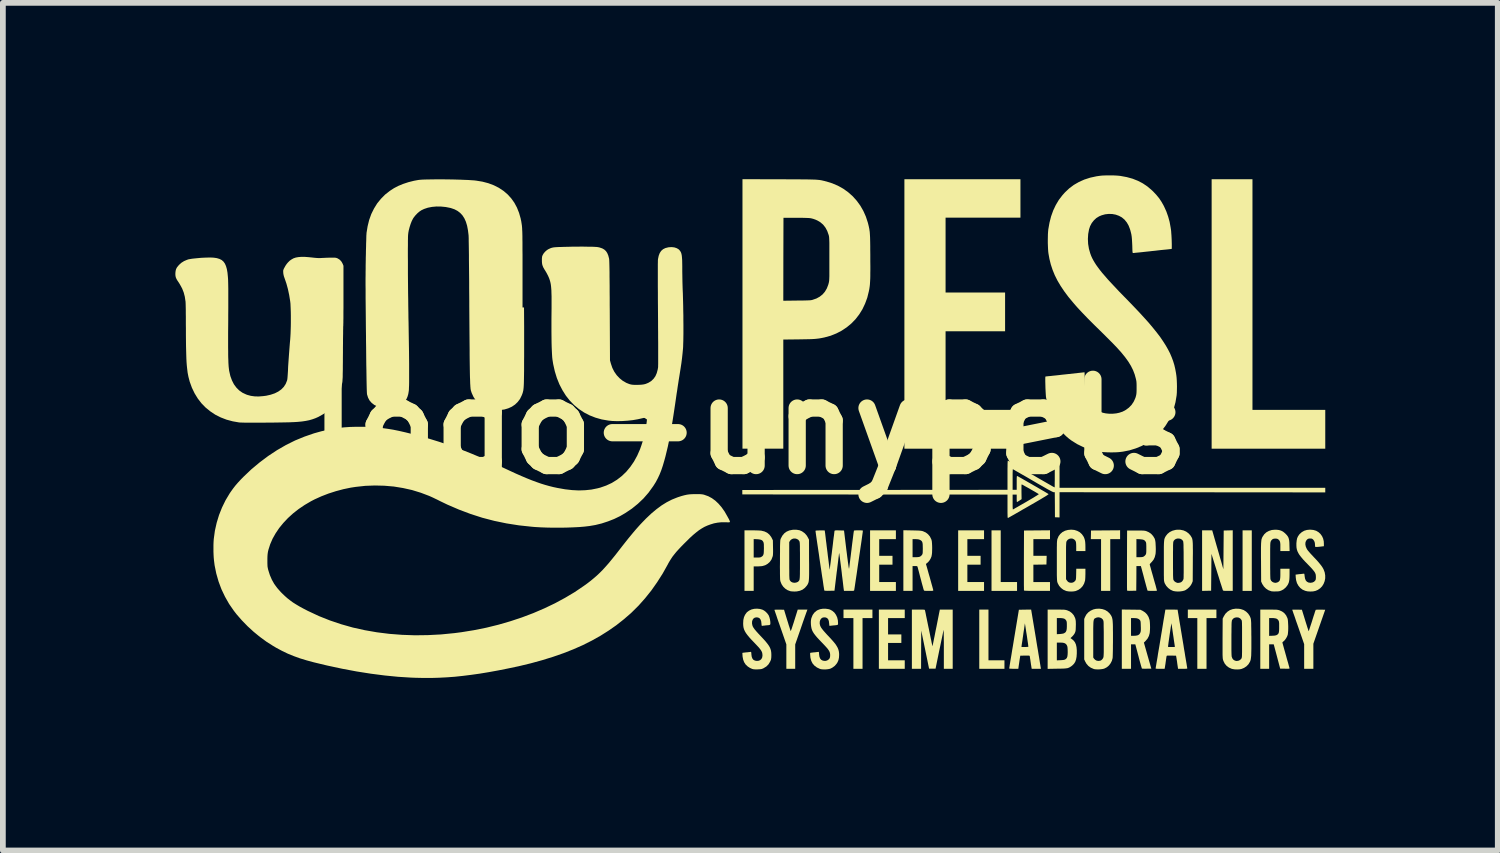
<source format=kicad_pcb>
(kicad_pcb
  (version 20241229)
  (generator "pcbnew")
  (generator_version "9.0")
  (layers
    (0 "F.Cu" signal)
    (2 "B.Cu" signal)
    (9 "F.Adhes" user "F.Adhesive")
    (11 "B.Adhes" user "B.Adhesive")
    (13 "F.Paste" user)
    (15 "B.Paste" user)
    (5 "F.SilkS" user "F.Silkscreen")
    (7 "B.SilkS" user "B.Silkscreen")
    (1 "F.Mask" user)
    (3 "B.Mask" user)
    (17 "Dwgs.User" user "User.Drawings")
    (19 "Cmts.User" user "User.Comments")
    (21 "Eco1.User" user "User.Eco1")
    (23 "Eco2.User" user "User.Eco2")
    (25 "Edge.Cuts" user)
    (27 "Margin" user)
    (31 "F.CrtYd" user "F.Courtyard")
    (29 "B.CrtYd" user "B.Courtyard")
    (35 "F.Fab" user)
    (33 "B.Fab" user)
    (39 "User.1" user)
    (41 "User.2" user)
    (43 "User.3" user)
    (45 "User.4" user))
  (footprint "logo-unypels"
    (layer "F.Cu")
    (at 9.992 4.368)
    (property "Reference" "logo-unypels" (at 0 0 0) (layer "F.SilkS") (effects (font (size 1.5 1.5) (thickness 0.3))))
    (attr board_only exclude_from_pos_files exclude_from_bom)
    (fp_poly (pts (xy 8.727 2.331) (xy 8.727 2.858) (xy 8.647 2.858) (xy 8.567 2.858) (xy 8.567 2.331) (xy 8.567 1.805) (xy 8.647 1.805) (xy 8.727 1.805)) (stroke (width 0) (type solid)) (fill yes) (layer "F.SilkS"))
    (fp_poly (pts (xy 4.148 3.624) (xy 4.148 4.065) (xy 4.287 4.065) (xy 4.426 4.065) (xy 4.426 4.139) (xy 4.426 4.213) (xy 4.207 4.213) (xy 3.988 4.213) (xy 3.988 3.698) (xy 3.988 3.183) (xy 4.068 3.183) (xy 4.148 3.183)) (stroke (width 0) (type solid)) (fill yes) (layer "F.SilkS"))
    (fp_poly (pts (xy 4.361 2.254) (xy 4.361 2.704) (xy 4.503 2.704) (xy 4.645 2.704) (xy 4.645 2.781) (xy 4.645 2.858) (xy 4.423 2.858) (xy 4.201 2.858) (xy 4.201 2.331) (xy 4.201 1.805) (xy 4.281 1.805) (xy 4.361 1.805)) (stroke (width 0) (type solid)) (fill yes) (layer "F.SilkS"))
    (fp_poly (pts (xy 8.739 -2.296) (xy 8.739 -0.29) (xy 9.372 -0.29) (xy 10.005 -0.29) (xy 10.005 0.047) (xy 10.005 0.385) (xy 9.017 0.385) (xy 8.029 0.385) (xy 8.029 -1.958) (xy 8.029 -4.301) (xy 8.384 -4.301) (xy 8.739 -4.301)) (stroke (width 0) (type solid)) (fill yes) (layer "F.SilkS"))
    (fp_poly (pts (xy 2.13 3.257) (xy 2.13 3.331) (xy 2.044 3.331) (xy 1.958 3.331) (xy 1.958 3.772) (xy 1.958 4.213) (xy 1.879 4.213) (xy 1.799 4.213) (xy 1.799 3.772) (xy 1.799 3.331) (xy 1.713 3.331) (xy 1.627 3.331) (xy 1.627 3.257) (xy 1.627 3.183) (xy 1.879 3.183) (xy 2.13 3.183)) (stroke (width 0) (type solid)) (fill yes) (layer "F.SilkS"))
    (fp_poly (pts (xy 6.437 1.881) (xy 6.437 1.958) (xy 6.351 1.958) (xy 6.266 1.958) (xy 6.266 2.408) (xy 6.266 2.858) (xy 6.186 2.858) (xy 6.106 2.858) (xy 6.106 2.408) (xy 6.106 1.958) (xy 6.017 1.958) (xy 5.928 1.958) (xy 5.93 1.883) (xy 5.931 1.808) (xy 6.184 1.806) (xy 6.437 1.804)) (stroke (width 0) (type solid)) (fill yes) (layer "F.SilkS"))
    (fp_poly (pts (xy 8.112 3.257) (xy 8.112 3.331) (xy 8.026 3.331) (xy 7.94 3.331) (xy 7.94 3.772) (xy 7.94 4.213) (xy 7.86 4.213) (xy 7.78 4.213) (xy 7.78 3.772) (xy 7.78 3.331) (xy 7.698 3.331) (xy 7.615 3.331) (xy 7.615 3.257) (xy 7.615 3.183) (xy 7.863 3.183) (xy 8.112 3.183)) (stroke (width 0) (type solid)) (fill yes) (layer "F.SilkS"))
    (fp_poly (pts (xy 2.538 1.881) (xy 2.538 1.958) (xy 2.393 1.958) (xy 2.248 1.958) (xy 2.248 2.103) (xy 2.248 2.248) (xy 2.364 2.248) (xy 2.479 2.248) (xy 2.479 2.325) (xy 2.479 2.402) (xy 2.364 2.402) (xy 2.248 2.402) (xy 2.248 2.553) (xy 2.248 2.704) (xy 2.393 2.704) (xy 2.538 2.704) (xy 2.538 2.781) (xy 2.538 2.858) (xy 2.313 2.858) (xy 2.089 2.858) (xy 2.089 2.331) (xy 2.089 1.805) (xy 2.313 1.805) (xy 2.538 1.805)) (stroke (width 0) (type solid)) (fill yes) (layer "F.SilkS"))
    (fp_poly (pts (xy 2.692 3.257) (xy 2.692 3.331) (xy 2.547 3.331) (xy 2.402 3.331) (xy 2.402 3.473) (xy 2.402 3.615) (xy 2.518 3.615) (xy 2.633 3.615) (xy 2.633 3.689) (xy 2.633 3.763) (xy 2.518 3.763) (xy 2.402 3.763) (xy 2.402 3.914) (xy 2.402 4.065) (xy 2.547 4.065) (xy 2.692 4.065) (xy 2.692 4.139) (xy 2.692 4.213) (xy 2.467 4.213) (xy 2.242 4.213) (xy 2.242 3.698) (xy 2.242 3.183) (xy 2.467 3.183) (xy 2.692 3.183)) (stroke (width 0) (type solid)) (fill yes) (layer "F.SilkS"))
    (fp_poly (pts (xy 4.071 1.881) (xy 4.071 1.958) (xy 3.926 1.958) (xy 3.781 1.958) (xy 3.781 2.103) (xy 3.781 2.248) (xy 3.896 2.248) (xy 4.011 2.248) (xy 4.011 2.325) (xy 4.011 2.402) (xy 3.896 2.402) (xy 3.781 2.402) (xy 3.781 2.553) (xy 3.781 2.704) (xy 3.926 2.704) (xy 4.071 2.704) (xy 4.071 2.781) (xy 4.071 2.858) (xy 3.846 2.858) (xy 3.621 2.858) (xy 3.621 2.331) (xy 3.621 1.805) (xy 3.846 1.805) (xy 4.071 1.805)) (stroke (width 0) (type solid)) (fill yes) (layer "F.SilkS"))
    (fp_poly (pts (xy 4.704 -3.967) (xy 4.704 -3.633) (xy 4.053 -3.633) (xy 3.402 -3.633) (xy 3.402 -2.982) (xy 3.402 -2.331) (xy 3.92 -2.331) (xy 4.437 -2.331) (xy 4.437 -1.994) (xy 4.437 -1.657) (xy 3.92 -1.657) (xy 3.402 -1.657) (xy 3.402 -0.973) (xy 3.402 -0.29) (xy 4.053 -0.29) (xy 4.704 -0.29) (xy 4.704 0.047) (xy 4.704 0.385) (xy 3.695 0.385) (xy 2.686 0.385) (xy 2.686 -1.958) (xy 2.686 -4.301) (xy 3.695 -4.301) (xy 4.704 -4.301)) (stroke (width 0) (type solid)) (fill yes) (layer "F.SilkS"))
    (fp_poly (pts (xy 5.218 1.881) (xy 5.218 1.958) (xy 5.073 1.958) (xy 4.929 1.958) (xy 4.929 2.103) (xy 4.929 2.248) (xy 5.044 2.248) (xy 5.16 2.248) (xy 5.158 2.324) (xy 5.156 2.399) (xy 5.042 2.401) (xy 4.929 2.402) (xy 4.929 2.553) (xy 4.929 2.704) (xy 5.073 2.704) (xy 5.218 2.704) (xy 5.218 2.781) (xy 5.218 2.858) (xy 4.993 2.858) (xy 4.933 2.858) (xy 4.884 2.857) (xy 4.844 2.857) (xy 4.814 2.856) (xy 4.792 2.855) (xy 4.777 2.854) (xy 4.768 2.852) (xy 4.766 2.85) (xy 4.765 2.843) (xy 4.765 2.826) (xy 4.765 2.798) (xy 4.764 2.76) (xy 4.764 2.715) (xy 4.764 2.662) (xy 4.764 2.602) (xy 4.764 2.536) (xy 4.764 2.466) (xy 4.764 2.391) (xy 4.764 2.325) (xy 4.766 1.808) (xy 4.992 1.806) (xy 5.218 1.804)) (stroke (width 0) (type solid)) (fill yes) (layer "F.SilkS"))
    (fp_poly (pts (xy 8.396 2.331) (xy 8.396 2.858) (xy 8.313 2.858) (xy 8.28 2.858) (xy 8.256 2.857) (xy 8.241 2.856) (xy 8.232 2.853) (xy 8.227 2.85) (xy 8.225 2.847) (xy 8.222 2.84) (xy 8.217 2.822) (xy 8.208 2.795) (xy 8.197 2.76) (xy 8.183 2.718) (xy 8.168 2.67) (xy 8.152 2.617) (xy 8.134 2.561) (xy 8.123 2.525) (xy 8.026 2.214) (xy 8.023 2.534) (xy 8.02 2.855) (xy 7.942 2.856) (xy 7.863 2.858) (xy 7.863 2.331) (xy 7.863 1.805) (xy 7.951 1.805) (xy 8.039 1.805) (xy 8.119 2.084) (xy 8.136 2.142) (xy 8.152 2.198) (xy 8.167 2.251) (xy 8.181 2.3) (xy 8.194 2.343) (xy 8.204 2.379) (xy 8.212 2.406) (xy 8.216 2.423) (xy 8.233 2.482) (xy 8.236 2.145) (xy 8.239 1.808) (xy 8.317 1.806) (xy 8.396 1.804)) (stroke (width 0) (type solid)) (fill yes) (layer "F.SilkS"))
    (fp_poly (pts (xy 0.991 3.205) (xy 0.988 3.215) (xy 0.98 3.235) (xy 0.97 3.264) (xy 0.957 3.3) (xy 0.942 3.343) (xy 0.925 3.391) (xy 0.907 3.444) (xy 0.888 3.499) (xy 0.885 3.508) (xy 0.787 3.789) (xy 0.787 4.001) (xy 0.787 4.213) (xy 0.71 4.213) (xy 0.633 4.213) (xy 0.633 4) (xy 0.633 3.788) (xy 0.53 3.491) (xy 0.51 3.434) (xy 0.491 3.381) (xy 0.474 3.332) (xy 0.46 3.288) (xy 0.447 3.251) (xy 0.437 3.222) (xy 0.43 3.201) (xy 0.426 3.19) (xy 0.426 3.188) (xy 0.432 3.186) (xy 0.447 3.185) (xy 0.472 3.184) (xy 0.503 3.184) (xy 0.51 3.184) (xy 0.593 3.186) (xy 0.649 3.37) (xy 0.663 3.414) (xy 0.675 3.455) (xy 0.687 3.491) (xy 0.696 3.52) (xy 0.703 3.542) (xy 0.708 3.554) (xy 0.709 3.557) (xy 0.712 3.553) (xy 0.717 3.538) (xy 0.726 3.515) (xy 0.736 3.484) (xy 0.748 3.447) (xy 0.762 3.405) (xy 0.772 3.372) (xy 0.831 3.183) (xy 0.916 3.183) (xy 1 3.183)) (stroke (width 0) (type solid)) (fill yes) (layer "F.SilkS"))
    (fp_poly (pts (xy 9.503 3.184) (xy 9.515 3.184) (xy 9.599 3.186) (xy 9.656 3.371) (xy 9.67 3.416) (xy 9.683 3.457) (xy 9.694 3.493) (xy 9.704 3.522) (xy 9.711 3.544) (xy 9.715 3.556) (xy 9.716 3.559) (xy 9.719 3.554) (xy 9.724 3.54) (xy 9.732 3.516) (xy 9.742 3.485) (xy 9.754 3.448) (xy 9.768 3.406) (xy 9.777 3.377) (xy 9.791 3.332) (xy 9.804 3.291) (xy 9.816 3.255) (xy 9.825 3.225) (xy 9.833 3.203) (xy 9.838 3.19) (xy 9.839 3.187) (xy 9.846 3.186) (xy 9.863 3.185) (xy 9.887 3.184) (xy 9.916 3.184) (xy 9.924 3.184) (xy 10.004 3.186) (xy 9.901 3.481) (xy 9.798 3.777) (xy 9.798 3.995) (xy 9.798 4.213) (xy 9.718 4.213) (xy 9.638 4.213) (xy 9.638 3.998) (xy 9.638 3.784) (xy 9.535 3.487) (xy 9.515 3.43) (xy 9.496 3.377) (xy 9.48 3.328) (xy 9.465 3.285) (xy 9.452 3.249) (xy 9.442 3.219) (xy 9.435 3.199) (xy 9.431 3.188) (xy 9.431 3.186) (xy 9.437 3.185) (xy 9.452 3.184) (xy 9.475 3.184)) (stroke (width 0) (type solid)) (fill yes) (layer "F.SilkS"))
    (fp_poly (pts (xy 0.031 1.805) (xy 0.072 1.805) (xy 0.111 1.806) (xy 0.146 1.807) (xy 0.176 1.809) (xy 0.196 1.81) (xy 0.198 1.811) (xy 0.252 1.824) (xy 0.298 1.846) (xy 0.337 1.878) (xy 0.368 1.918) (xy 0.38 1.94) (xy 0.399 1.979) (xy 0.401 2.104) (xy 0.402 2.149) (xy 0.402 2.184) (xy 0.401 2.21) (xy 0.4 2.231) (xy 0.398 2.247) (xy 0.394 2.261) (xy 0.393 2.264) (xy 0.374 2.313) (xy 0.345 2.354) (xy 0.308 2.387) (xy 0.264 2.412) (xy 0.22 2.425) (xy 0.2 2.428) (xy 0.173 2.43) (xy 0.143 2.432) (xy 0.127 2.432) (xy 0.065 2.432) (xy 0.065 2.645) (xy 0.065 2.858) (xy -0.015 2.858) (xy -0.095 2.858) (xy -0.095 2.331) (xy -0.095 1.957) (xy 0.065 1.957) (xy 0.065 2.117) (xy 0.065 2.278) (xy 0.123 2.278) (xy 0.152 2.278) (xy 0.171 2.276) (xy 0.185 2.273) (xy 0.196 2.268) (xy 0.202 2.264) (xy 0.216 2.254) (xy 0.227 2.242) (xy 0.234 2.226) (xy 0.239 2.206) (xy 0.241 2.179) (xy 0.242 2.143) (xy 0.243 2.118) (xy 0.242 2.081) (xy 0.242 2.054) (xy 0.24 2.034) (xy 0.237 2.02) (xy 0.234 2.009) (xy 0.232 2.006) (xy 0.22 1.987) (xy 0.203 1.974) (xy 0.18 1.966) (xy 0.148 1.961) (xy 0.123 1.959) (xy 0.065 1.957) (xy -0.095 1.957) (xy -0.095 1.805)) (stroke (width 0) (type solid)) (fill yes) (layer "F.SilkS"))
    (fp_poly (pts (xy 6.628 3.184) (xy 6.79 3.186) (xy 6.829 3.205) (xy 6.872 3.233) (xy 6.906 3.268) (xy 6.932 3.311) (xy 6.949 3.362) (xy 6.952 3.378) (xy 6.955 3.409) (xy 6.957 3.448) (xy 6.958 3.49) (xy 6.957 3.531) (xy 6.954 3.568) (xy 6.952 3.591) (xy 6.938 3.642) (xy 6.914 3.688) (xy 6.883 3.725) (xy 6.851 3.757) (xy 6.915 3.983) (xy 6.98 4.21) (xy 6.9 4.211) (xy 6.87 4.212) (xy 6.845 4.211) (xy 6.826 4.21) (xy 6.817 4.209) (xy 6.816 4.208) (xy 6.814 4.202) (xy 6.809 4.185) (xy 6.801 4.159) (xy 6.792 4.126) (xy 6.781 4.087) (xy 6.769 4.043) (xy 6.757 3.995) (xy 6.702 3.787) (xy 6.664 3.787) (xy 6.627 3.787) (xy 6.627 4) (xy 6.627 4.213) (xy 6.547 4.213) (xy 6.467 4.213) (xy 6.467 3.697) (xy 6.467 3.331) (xy 6.627 3.331) (xy 6.627 3.485) (xy 6.627 3.639) (xy 6.675 3.639) (xy 6.708 3.637) (xy 6.733 3.633) (xy 6.75 3.627) (xy 6.768 3.616) (xy 6.78 3.601) (xy 6.787 3.588) (xy 6.792 3.576) (xy 6.795 3.564) (xy 6.797 3.549) (xy 6.798 3.529) (xy 6.798 3.501) (xy 6.797 3.473) (xy 6.796 3.438) (xy 6.795 3.413) (xy 6.793 3.395) (xy 6.791 3.383) (xy 6.787 3.374) (xy 6.783 3.368) (xy 6.767 3.351) (xy 6.746 3.34) (xy 6.719 3.333) (xy 6.683 3.331) (xy 6.678 3.331) (xy 6.627 3.331) (xy 6.467 3.331) (xy 6.467 3.182)) (stroke (width 0) (type solid)) (fill yes) (layer "F.SilkS"))
    (fp_poly (pts (xy 2.968 3.183) (xy 2.996 3.183) (xy 3.017 3.184) (xy 3.03 3.185) (xy 3.038 3.187) (xy 3.042 3.19) (xy 3.043 3.194) (xy 3.044 3.196) (xy 3.046 3.205) (xy 3.05 3.223) (xy 3.056 3.251) (xy 3.063 3.288) (xy 3.072 3.331) (xy 3.082 3.38) (xy 3.093 3.434) (xy 3.105 3.492) (xy 3.11 3.514) (xy 3.122 3.573) (xy 3.133 3.627) (xy 3.143 3.677) (xy 3.153 3.722) (xy 3.16 3.759) (xy 3.167 3.789) (xy 3.171 3.809) (xy 3.174 3.82) (xy 3.174 3.821) (xy 3.175 3.816) (xy 3.179 3.8) (xy 3.184 3.775) (xy 3.191 3.741) (xy 3.199 3.7) (xy 3.209 3.653) (xy 3.219 3.601) (xy 3.23 3.545) (xy 3.233 3.531) (xy 3.245 3.473) (xy 3.256 3.417) (xy 3.266 3.366) (xy 3.275 3.32) (xy 3.283 3.28) (xy 3.289 3.248) (xy 3.294 3.225) (xy 3.296 3.212) (xy 3.297 3.211) (xy 3.302 3.183) (xy 3.414 3.183) (xy 3.526 3.183) (xy 3.526 3.698) (xy 3.526 4.213) (xy 3.449 4.213) (xy 3.372 4.213) (xy 3.372 3.871) (xy 3.372 3.809) (xy 3.372 3.751) (xy 3.371 3.698) (xy 3.371 3.65) (xy 3.37 3.61) (xy 3.37 3.578) (xy 3.369 3.554) (xy 3.369 3.541) (xy 3.368 3.538) (xy 3.366 3.545) (xy 3.362 3.563) (xy 3.356 3.591) (xy 3.349 3.626) (xy 3.34 3.669) (xy 3.329 3.719) (xy 3.318 3.773) (xy 3.306 3.832) (xy 3.296 3.878) (xy 3.228 4.21) (xy 3.171 4.21) (xy 3.115 4.21) (xy 3.047 3.879) (xy 2.979 3.548) (xy 2.977 3.881) (xy 2.976 4.213) (xy 2.896 4.213) (xy 2.816 4.213) (xy 2.816 3.698) (xy 2.816 3.183) (xy 2.929 3.183)) (stroke (width 0) (type solid)) (fill yes) (layer "F.SilkS"))
    (fp_poly (pts (xy 9.069 3.183) (xy 9.106 3.184) (xy 9.134 3.184) (xy 9.156 3.185) (xy 9.174 3.187) (xy 9.188 3.19) (xy 9.201 3.193) (xy 9.207 3.195) (xy 9.254 3.216) (xy 9.293 3.245) (xy 9.324 3.283) (xy 9.346 3.329) (xy 9.349 3.338) (xy 9.354 3.36) (xy 9.357 3.391) (xy 9.359 3.428) (xy 9.361 3.469) (xy 9.361 3.51) (xy 9.36 3.55) (xy 9.357 3.585) (xy 9.354 3.613) (xy 9.351 3.625) (xy 9.341 3.651) (xy 9.326 3.679) (xy 9.308 3.705) (xy 9.29 3.726) (xy 9.278 3.736) (xy 9.266 3.746) (xy 9.26 3.754) (xy 9.26 3.755) (xy 9.261 3.763) (xy 9.266 3.78) (xy 9.273 3.806) (xy 9.282 3.839) (xy 9.293 3.879) (xy 9.306 3.924) (xy 9.319 3.972) (xy 9.322 3.981) (xy 9.335 4.03) (xy 9.348 4.075) (xy 9.36 4.116) (xy 9.369 4.15) (xy 9.377 4.178) (xy 9.382 4.197) (xy 9.384 4.205) (xy 9.384 4.206) (xy 9.38 4.209) (xy 9.369 4.211) (xy 9.349 4.212) (xy 9.319 4.212) (xy 9.302 4.211) (xy 9.221 4.21) (xy 9.165 3.998) (xy 9.109 3.787) (xy 9.069 3.787) (xy 9.029 3.787) (xy 9.029 4) (xy 9.029 4.213) (xy 8.952 4.213) (xy 8.875 4.213) (xy 8.875 3.698) (xy 8.875 3.331) (xy 9.029 3.331) (xy 9.029 3.486) (xy 9.029 3.64) (xy 9.086 3.638) (xy 9.119 3.636) (xy 9.142 3.632) (xy 9.158 3.627) (xy 9.163 3.624) (xy 9.177 3.615) (xy 9.187 3.604) (xy 9.195 3.59) (xy 9.199 3.571) (xy 9.202 3.546) (xy 9.203 3.511) (xy 9.203 3.485) (xy 9.203 3.449) (xy 9.203 3.423) (xy 9.201 3.404) (xy 9.199 3.391) (xy 9.196 3.381) (xy 9.191 3.372) (xy 9.178 3.355) (xy 9.16 3.342) (xy 9.136 3.335) (xy 9.104 3.331) (xy 9.083 3.331) (xy 9.029 3.331) (xy 8.875 3.331) (xy 8.875 3.183) (xy 9.022 3.183)) (stroke (width 0) (type solid)) (fill yes) (layer "F.SilkS"))
    (fp_poly (pts (xy 4.973 3.681) (xy 4.985 3.757) (xy 4.997 3.83) (xy 5.009 3.898) (xy 5.019 3.962) (xy 5.029 4.02) (xy 5.037 4.071) (xy 5.044 4.115) (xy 5.05 4.15) (xy 5.054 4.176) (xy 5.057 4.192) (xy 5.058 4.196) (xy 5.06 4.213) (xy 4.98 4.213) (xy 4.9 4.213) (xy 4.897 4.196) (xy 4.895 4.185) (xy 4.892 4.164) (xy 4.887 4.137) (xy 4.883 4.106) (xy 4.881 4.094) (xy 4.877 4.063) (xy 4.872 4.034) (xy 4.869 4.012) (xy 4.867 3.998) (xy 4.866 3.995) (xy 4.865 3.99) (xy 4.861 3.986) (xy 4.855 3.984) (xy 4.843 3.983) (xy 4.823 3.983) (xy 4.794 3.983) (xy 4.782 3.983) (xy 4.701 3.985) (xy 4.691 4.047) (xy 4.686 4.08) (xy 4.681 4.116) (xy 4.676 4.149) (xy 4.674 4.161) (xy 4.667 4.213) (xy 4.588 4.213) (xy 4.554 4.212) (xy 4.53 4.211) (xy 4.516 4.21) (xy 4.51 4.207) (xy 4.509 4.205) (xy 4.51 4.198) (xy 4.513 4.181) (xy 4.517 4.153) (xy 4.523 4.116) (xy 4.53 4.072) (xy 4.539 4.019) (xy 4.549 3.96) (xy 4.559 3.896) (xy 4.57 3.832) (xy 4.721 3.832) (xy 4.727 3.833) (xy 4.741 3.834) (xy 4.761 3.834) (xy 4.784 3.834) (xy 4.806 3.833) (xy 4.825 3.832) (xy 4.838 3.831) (xy 4.841 3.83) (xy 4.841 3.823) (xy 4.839 3.806) (xy 4.836 3.78) (xy 4.831 3.746) (xy 4.825 3.706) (xy 4.819 3.662) (xy 4.813 3.621) (xy 4.805 3.574) (xy 4.799 3.531) (xy 4.793 3.493) (xy 4.788 3.462) (xy 4.784 3.439) (xy 4.782 3.426) (xy 4.781 3.423) (xy 4.78 3.43) (xy 4.778 3.447) (xy 4.774 3.473) (xy 4.769 3.507) (xy 4.763 3.547) (xy 4.756 3.592) (xy 4.751 3.629) (xy 4.744 3.676) (xy 4.738 3.72) (xy 4.732 3.758) (xy 4.727 3.79) (xy 4.724 3.813) (xy 4.722 3.828) (xy 4.721 3.832) (xy 4.57 3.832) (xy 4.571 3.826) (xy 4.583 3.753) (xy 4.593 3.692) (xy 4.677 3.186) (xy 4.784 3.184) (xy 4.89 3.183)) (stroke (width 0) (type solid)) (fill yes) (layer "F.SilkS"))
    (fp_poly (pts (xy 6.127 3.174) (xy 6.176 3.19) (xy 6.219 3.216) (xy 6.255 3.25) (xy 6.276 3.279) (xy 6.284 3.292) (xy 6.29 3.305) (xy 6.296 3.319) (xy 6.3 3.335) (xy 6.304 3.353) (xy 6.307 3.376) (xy 6.309 3.403) (xy 6.311 3.437) (xy 6.312 3.478) (xy 6.312 3.526) (xy 6.313 3.584) (xy 6.313 3.652) (xy 6.313 3.692) (xy 6.313 3.754) (xy 6.312 3.812) (xy 6.312 3.866) (xy 6.311 3.914) (xy 6.31 3.956) (xy 6.309 3.989) (xy 6.308 4.013) (xy 6.307 4.026) (xy 6.307 4.026) (xy 6.294 4.074) (xy 6.272 4.117) (xy 6.242 4.156) (xy 6.205 4.187) (xy 6.167 4.207) (xy 6.141 4.215) (xy 6.108 4.22) (xy 6.072 4.223) (xy 6.036 4.223) (xy 6.004 4.221) (xy 5.98 4.217) (xy 5.979 4.216) (xy 5.928 4.194) (xy 5.886 4.164) (xy 5.852 4.125) (xy 5.832 4.09) (xy 5.813 4.05) (xy 5.813 4.016) (xy 5.97 4.016) (xy 5.983 4.036) (xy 6.005 4.058) (xy 6.032 4.072) (xy 6.063 4.076) (xy 6.094 4.071) (xy 6.106 4.066) (xy 6.125 4.05) (xy 6.14 4.029) (xy 6.143 4.023) (xy 6.145 4.017) (xy 6.147 4.01) (xy 6.149 4.001) (xy 6.15 3.988) (xy 6.151 3.972) (xy 6.152 3.95) (xy 6.153 3.922) (xy 6.153 3.887) (xy 6.153 3.843) (xy 6.153 3.79) (xy 6.153 3.726) (xy 6.153 3.701) (xy 6.153 3.633) (xy 6.153 3.572) (xy 6.152 3.517) (xy 6.151 3.47) (xy 6.151 3.432) (xy 6.15 3.403) (xy 6.148 3.384) (xy 6.147 3.378) (xy 6.135 3.353) (xy 6.114 3.334) (xy 6.088 3.322) (xy 6.058 3.317) (xy 6.028 3.322) (xy 6.002 3.334) (xy 5.995 3.338) (xy 5.989 3.343) (xy 5.985 3.35) (xy 5.981 3.358) (xy 5.978 3.37) (xy 5.975 3.386) (xy 5.973 3.406) (xy 5.972 3.433) (xy 5.971 3.467) (xy 5.97 3.509) (xy 5.97 3.56) (xy 5.97 3.62) (xy 5.97 3.692) (xy 5.97 3.7) (xy 5.97 4.016) (xy 5.813 4.016) (xy 5.813 3.698) (xy 5.813 3.346) (xy 5.827 3.312) (xy 5.85 3.269) (xy 5.883 3.232) (xy 5.923 3.203) (xy 5.97 3.181) (xy 6.016 3.17) (xy 6.073 3.167)) (stroke (width 0) (type solid)) (fill yes) (layer "F.SilkS"))
    (fp_poly (pts (xy 5.375 3.183) (xy 5.412 3.184) (xy 5.441 3.184) (xy 5.463 3.185) (xy 5.48 3.187) (xy 5.495 3.19) (xy 5.508 3.193) (xy 5.515 3.195) (xy 5.561 3.215) (xy 5.6 3.245) (xy 5.632 3.283) (xy 5.654 3.328) (xy 5.659 3.345) (xy 5.663 3.362) (xy 5.666 3.382) (xy 5.667 3.407) (xy 5.668 3.44) (xy 5.667 3.469) (xy 5.666 3.504) (xy 5.665 3.53) (xy 5.663 3.549) (xy 5.66 3.563) (xy 5.656 3.576) (xy 5.65 3.589) (xy 5.649 3.593) (xy 5.633 3.618) (xy 5.612 3.643) (xy 5.603 3.652) (xy 5.574 3.679) (xy 5.601 3.698) (xy 5.63 3.723) (xy 5.653 3.754) (xy 5.669 3.791) (xy 5.679 3.835) (xy 5.684 3.888) (xy 5.684 3.946) (xy 5.68 4.004) (xy 5.671 4.051) (xy 5.657 4.091) (xy 5.636 4.124) (xy 5.609 4.152) (xy 5.589 4.168) (xy 5.572 4.179) (xy 5.557 4.188) (xy 5.541 4.195) (xy 5.525 4.201) (xy 5.505 4.204) (xy 5.48 4.207) (xy 5.449 4.209) (xy 5.41 4.21) (xy 5.362 4.211) (xy 5.341 4.211) (xy 5.177 4.214) (xy 5.177 3.757) (xy 5.337 3.757) (xy 5.337 3.912) (xy 5.337 4.066) (xy 5.401 4.063) (xy 5.435 4.061) (xy 5.459 4.058) (xy 5.476 4.053) (xy 5.484 4.049) (xy 5.5 4.037) (xy 5.512 4.021) (xy 5.52 3.999) (xy 5.524 3.97) (xy 5.526 3.931) (xy 5.526 3.916) (xy 5.525 3.876) (xy 5.523 3.845) (xy 5.519 3.822) (xy 5.512 3.805) (xy 5.502 3.79) (xy 5.498 3.785) (xy 5.483 3.773) (xy 5.464 3.764) (xy 5.438 3.759) (xy 5.404 3.757) (xy 5.389 3.757) (xy 5.337 3.757) (xy 5.177 3.757) (xy 5.177 3.698) (xy 5.177 3.331) (xy 5.337 3.331) (xy 5.337 3.471) (xy 5.337 3.611) (xy 5.39 3.608) (xy 5.427 3.604) (xy 5.455 3.598) (xy 5.465 3.593) (xy 5.483 3.582) (xy 5.495 3.567) (xy 5.504 3.547) (xy 5.509 3.519) (xy 5.511 3.483) (xy 5.511 3.464) (xy 5.511 3.433) (xy 5.51 3.41) (xy 5.508 3.394) (xy 5.504 3.382) (xy 5.499 3.372) (xy 5.486 3.355) (xy 5.468 3.342) (xy 5.444 3.335) (xy 5.412 3.331) (xy 5.392 3.331) (xy 5.337 3.331) (xy 5.177 3.331) (xy 5.177 3.183) (xy 5.327 3.183)) (stroke (width 0) (type solid)) (fill yes) (layer "F.SilkS"))
    (fp_poly (pts (xy 9.153 1.794) (xy 9.199 1.799) (xy 9.236 1.81) (xy 9.27 1.827) (xy 9.301 1.852) (xy 9.313 1.863) (xy 9.335 1.886) (xy 9.352 1.908) (xy 9.364 1.93) (xy 9.372 1.955) (xy 9.378 1.985) (xy 9.381 2.022) (xy 9.382 2.069) (xy 9.382 2.069) (xy 9.385 2.165) (xy 9.304 2.165) (xy 9.224 2.165) (xy 9.224 2.088) (xy 9.224 2.052) (xy 9.222 2.025) (xy 9.218 2.004) (xy 9.212 1.989) (xy 9.203 1.976) (xy 9.192 1.965) (xy 9.178 1.955) (xy 9.16 1.95) (xy 9.143 1.948) (xy 9.11 1.95) (xy 9.085 1.961) (xy 9.066 1.981) (xy 9.058 1.995) (xy 9.056 2.002) (xy 9.053 2.008) (xy 9.052 2.017) (xy 9.05 2.029) (xy 9.049 2.044) (xy 9.048 2.065) (xy 9.048 2.091) (xy 9.047 2.124) (xy 9.047 2.165) (xy 9.047 2.216) (xy 9.047 2.276) (xy 9.047 2.328) (xy 9.047 2.396) (xy 9.047 2.457) (xy 9.048 2.512) (xy 9.048 2.56) (xy 9.049 2.599) (xy 9.05 2.629) (xy 9.051 2.648) (xy 9.052 2.656) (xy 9.065 2.683) (xy 9.086 2.702) (xy 9.113 2.714) (xy 9.142 2.718) (xy 9.171 2.711) (xy 9.185 2.704) (xy 9.199 2.694) (xy 9.209 2.683) (xy 9.216 2.668) (xy 9.22 2.647) (xy 9.223 2.619) (xy 9.224 2.582) (xy 9.224 2.562) (xy 9.224 2.473) (xy 9.304 2.473) (xy 9.384 2.473) (xy 9.384 2.569) (xy 9.383 2.617) (xy 9.381 2.655) (xy 9.377 2.685) (xy 9.371 2.711) (xy 9.362 2.733) (xy 9.351 2.755) (xy 9.32 2.796) (xy 9.281 2.83) (xy 9.249 2.848) (xy 9.229 2.856) (xy 9.212 2.862) (xy 9.194 2.865) (xy 9.17 2.867) (xy 9.147 2.867) (xy 9.119 2.868) (xy 9.092 2.867) (xy 9.071 2.865) (xy 9.063 2.863) (xy 9.016 2.846) (xy 8.974 2.818) (xy 8.938 2.782) (xy 8.91 2.739) (xy 8.908 2.735) (xy 8.89 2.695) (xy 8.888 2.352) (xy 8.887 2.275) (xy 8.887 2.209) (xy 8.887 2.153) (xy 8.887 2.105) (xy 8.888 2.066) (xy 8.889 2.034) (xy 8.891 2.007) (xy 8.893 1.986) (xy 8.895 1.968) (xy 8.899 1.954) (xy 8.903 1.942) (xy 8.907 1.931) (xy 8.913 1.919) (xy 8.915 1.916) (xy 8.944 1.873) (xy 8.981 1.839) (xy 9.025 1.815) (xy 9.075 1.799) (xy 9.13 1.794)) (stroke (width 0) (type solid)) (fill yes) (layer "F.SilkS"))
    (fp_poly (pts (xy 5.642 1.798) (xy 5.692 1.814) (xy 5.736 1.838) (xy 5.773 1.872) (xy 5.802 1.914) (xy 5.803 1.915) (xy 5.815 1.943) (xy 5.824 1.972) (xy 5.83 2.006) (xy 5.833 2.047) (xy 5.834 2.093) (xy 5.834 2.165) (xy 5.754 2.165) (xy 5.674 2.165) (xy 5.674 2.09) (xy 5.673 2.051) (xy 5.671 2.021) (xy 5.666 1.999) (xy 5.657 1.982) (xy 5.645 1.969) (xy 5.633 1.96) (xy 5.606 1.948) (xy 5.577 1.947) (xy 5.549 1.954) (xy 5.524 1.971) (xy 5.507 1.994) (xy 5.505 1.999) (xy 5.503 2.006) (xy 5.501 2.015) (xy 5.5 2.028) (xy 5.499 2.045) (xy 5.498 2.067) (xy 5.497 2.095) (xy 5.497 2.131) (xy 5.497 2.176) (xy 5.497 2.229) (xy 5.497 2.293) (xy 5.497 2.335) (xy 5.497 2.655) (xy 5.51 2.674) (xy 5.529 2.698) (xy 5.55 2.711) (xy 5.575 2.716) (xy 5.586 2.717) (xy 5.613 2.713) (xy 5.635 2.703) (xy 5.655 2.683) (xy 5.659 2.678) (xy 5.664 2.671) (xy 5.667 2.662) (xy 5.669 2.649) (xy 5.671 2.631) (xy 5.672 2.605) (xy 5.673 2.57) (xy 5.673 2.567) (xy 5.675 2.473) (xy 5.754 2.473) (xy 5.834 2.473) (xy 5.834 2.562) (xy 5.833 2.596) (xy 5.832 2.629) (xy 5.83 2.657) (xy 5.828 2.677) (xy 5.827 2.681) (xy 5.811 2.731) (xy 5.786 2.775) (xy 5.752 2.812) (xy 5.712 2.84) (xy 5.665 2.86) (xy 5.661 2.861) (xy 5.626 2.867) (xy 5.585 2.869) (xy 5.543 2.867) (xy 5.506 2.861) (xy 5.494 2.857) (xy 5.449 2.837) (xy 5.41 2.807) (xy 5.377 2.77) (xy 5.353 2.726) (xy 5.348 2.713) (xy 5.346 2.706) (xy 5.344 2.698) (xy 5.342 2.688) (xy 5.341 2.676) (xy 5.34 2.661) (xy 5.339 2.641) (xy 5.338 2.615) (xy 5.337 2.583) (xy 5.337 2.543) (xy 5.337 2.496) (xy 5.337 2.438) (xy 5.337 2.371) (xy 5.337 2.335) (xy 5.337 2.262) (xy 5.337 2.199) (xy 5.337 2.147) (xy 5.337 2.103) (xy 5.338 2.068) (xy 5.338 2.039) (xy 5.339 2.016) (xy 5.34 1.998) (xy 5.342 1.984) (xy 5.343 1.973) (xy 5.345 1.963) (xy 5.347 1.955) (xy 5.348 1.953) (xy 5.368 1.906) (xy 5.398 1.867) (xy 5.435 1.835) (xy 5.479 1.812) (xy 5.53 1.798) (xy 5.587 1.793) (xy 5.587 1.793)) (stroke (width 0) (type solid)) (fill yes) (layer "F.SilkS"))
    (fp_poly (pts (xy 2.821 1.806) (xy 2.869 1.807) (xy 2.907 1.808) (xy 2.936 1.809) (xy 2.959 1.811) (xy 2.977 1.813) (xy 2.992 1.816) (xy 3.005 1.819) (xy 3.01 1.821) (xy 3.057 1.842) (xy 3.097 1.873) (xy 3.129 1.911) (xy 3.152 1.957) (xy 3.158 1.973) (xy 3.163 1.997) (xy 3.166 2.031) (xy 3.168 2.07) (xy 3.169 2.112) (xy 3.168 2.154) (xy 3.167 2.194) (xy 3.163 2.228) (xy 3.158 2.254) (xy 3.158 2.257) (xy 3.143 2.294) (xy 3.123 2.328) (xy 3.1 2.356) (xy 3.083 2.371) (xy 3.069 2.382) (xy 3.062 2.39) (xy 3.061 2.393) (xy 3.065 2.406) (xy 3.072 2.428) (xy 3.08 2.457) (xy 3.09 2.492) (xy 3.101 2.532) (xy 3.113 2.575) (xy 3.126 2.619) (xy 3.138 2.663) (xy 3.15 2.706) (xy 3.161 2.746) (xy 3.171 2.781) (xy 3.179 2.811) (xy 3.185 2.833) (xy 3.188 2.846) (xy 3.189 2.849) (xy 3.187 2.852) (xy 3.181 2.855) (xy 3.169 2.857) (xy 3.149 2.857) (xy 3.12 2.858) (xy 3.109 2.858) (xy 3.077 2.858) (xy 3.055 2.857) (xy 3.04 2.856) (xy 3.031 2.854) (xy 3.027 2.85) (xy 3.024 2.845) (xy 3.023 2.844) (xy 3.021 2.836) (xy 3.015 2.817) (xy 3.008 2.79) (xy 2.998 2.755) (xy 2.987 2.715) (xy 2.976 2.671) (xy 2.967 2.639) (xy 2.955 2.593) (xy 2.944 2.55) (xy 2.934 2.512) (xy 2.925 2.48) (xy 2.919 2.456) (xy 2.915 2.441) (xy 2.913 2.436) (xy 2.91 2.431) (xy 2.901 2.427) (xy 2.885 2.426) (xy 2.869 2.426) (xy 2.828 2.426) (xy 2.828 2.642) (xy 2.828 2.858) (xy 2.748 2.858) (xy 2.668 2.858) (xy 2.668 2.33) (xy 2.668 1.958) (xy 2.828 1.958) (xy 2.828 2.115) (xy 2.828 2.272) (xy 2.883 2.272) (xy 2.915 2.271) (xy 2.938 2.268) (xy 2.955 2.263) (xy 2.958 2.262) (xy 2.976 2.249) (xy 2.991 2.233) (xy 2.992 2.231) (xy 2.997 2.223) (xy 3.001 2.214) (xy 3.003 2.202) (xy 3.005 2.186) (xy 3.005 2.163) (xy 3.006 2.131) (xy 3.006 2.119) (xy 3.005 2.077) (xy 3.004 2.044) (xy 3 2.02) (xy 2.994 2.003) (xy 2.985 1.99) (xy 2.973 1.98) (xy 2.959 1.972) (xy 2.942 1.965) (xy 2.925 1.961) (xy 2.902 1.959) (xy 2.88 1.958) (xy 2.828 1.958) (xy 2.668 1.958) (xy 2.668 1.803)) (stroke (width 0) (type solid)) (fill yes) (layer "F.SilkS"))
    (fp_poly (pts (xy 9.797 1.798) (xy 9.846 1.812) (xy 9.888 1.837) (xy 9.921 1.867) (xy 9.949 1.906) (xy 9.968 1.948) (xy 9.979 1.996) (xy 9.981 2.039) (xy 9.981 2.081) (xy 9.922 2.088) (xy 9.895 2.091) (xy 9.87 2.093) (xy 9.851 2.094) (xy 9.845 2.094) (xy 9.835 2.094) (xy 9.83 2.09) (xy 9.828 2.08) (xy 9.827 2.063) (xy 9.824 2.023) (xy 9.813 1.991) (xy 9.795 1.966) (xy 9.782 1.955) (xy 9.77 1.949) (xy 9.753 1.947) (xy 9.742 1.947) (xy 9.721 1.948) (xy 9.707 1.952) (xy 9.693 1.961) (xy 9.689 1.964) (xy 9.67 1.989) (xy 9.66 2.019) (xy 9.659 2.053) (xy 9.667 2.09) (xy 9.684 2.128) (xy 9.692 2.141) (xy 9.703 2.156) (xy 9.721 2.177) (xy 9.743 2.203) (xy 9.77 2.232) (xy 9.798 2.262) (xy 9.807 2.272) (xy 9.85 2.317) (xy 9.885 2.356) (xy 9.913 2.39) (xy 9.936 2.419) (xy 9.954 2.445) (xy 9.968 2.469) (xy 9.975 2.482) (xy 9.995 2.535) (xy 10.004 2.588) (xy 10.004 2.64) (xy 9.994 2.69) (xy 9.976 2.736) (xy 9.95 2.778) (xy 9.916 2.813) (xy 9.875 2.841) (xy 9.835 2.858) (xy 9.792 2.867) (xy 9.744 2.869) (xy 9.697 2.866) (xy 9.658 2.857) (xy 9.611 2.837) (xy 9.571 2.807) (xy 9.538 2.768) (xy 9.513 2.723) (xy 9.498 2.671) (xy 9.492 2.626) (xy 9.489 2.575) (xy 9.515 2.572) (xy 9.535 2.569) (xy 9.561 2.566) (xy 9.579 2.565) (xy 9.601 2.562) (xy 9.62 2.56) (xy 9.63 2.559) (xy 9.636 2.558) (xy 9.64 2.562) (xy 9.643 2.572) (xy 9.645 2.59) (xy 9.646 2.601) (xy 9.653 2.643) (xy 9.666 2.676) (xy 9.686 2.698) (xy 9.712 2.712) (xy 9.745 2.717) (xy 9.748 2.717) (xy 9.782 2.712) (xy 9.81 2.699) (xy 9.83 2.678) (xy 9.837 2.667) (xy 9.84 2.653) (xy 9.842 2.633) (xy 9.842 2.616) (xy 9.841 2.594) (xy 9.839 2.575) (xy 9.833 2.556) (xy 9.824 2.537) (xy 9.81 2.516) (xy 9.791 2.493) (xy 9.766 2.464) (xy 9.734 2.43) (xy 9.707 2.402) (xy 9.657 2.351) (xy 9.616 2.307) (xy 9.583 2.267) (xy 9.556 2.232) (xy 9.536 2.199) (xy 9.521 2.168) (xy 9.511 2.137) (xy 9.505 2.105) (xy 9.503 2.071) (xy 9.503 2.033) (xy 9.503 2.029) (xy 9.508 1.981) (xy 9.516 1.942) (xy 9.531 1.909) (xy 9.552 1.879) (xy 9.559 1.87) (xy 9.597 1.836) (xy 9.639 1.812) (xy 9.686 1.798) (xy 9.74 1.793) (xy 9.742 1.793)) (stroke (width 0) (type solid)) (fill yes) (layer "F.SilkS"))
    (fp_poly (pts (xy 0.813 1.795) (xy 0.861 1.803) (xy 0.904 1.821) (xy 0.944 1.849) (xy 0.956 1.859) (xy 0.989 1.897) (xy 1.007 1.928) (xy 1.027 1.967) (xy 1.028 2.319) (xy 1.029 2.395) (xy 1.029 2.462) (xy 1.029 2.518) (xy 1.029 2.565) (xy 1.028 2.604) (xy 1.027 2.637) (xy 1.025 2.663) (xy 1.023 2.685) (xy 1.02 2.702) (xy 1.016 2.717) (xy 1.011 2.729) (xy 1.006 2.74) (xy 0.999 2.752) (xy 0.991 2.764) (xy 0.988 2.768) (xy 0.955 2.806) (xy 0.915 2.836) (xy 0.868 2.856) (xy 0.815 2.867) (xy 0.776 2.869) (xy 0.749 2.868) (xy 0.724 2.866) (xy 0.706 2.864) (xy 0.703 2.863) (xy 0.656 2.846) (xy 0.614 2.819) (xy 0.578 2.784) (xy 0.55 2.742) (xy 0.531 2.695) (xy 0.527 2.678) (xy 0.525 2.664) (xy 0.524 2.641) (xy 0.523 2.607) (xy 0.522 2.562) (xy 0.522 2.507) (xy 0.521 2.44) (xy 0.522 2.362) (xy 0.522 2.331) (xy 0.683 2.331) (xy 0.683 2.402) (xy 0.683 2.461) (xy 0.684 2.511) (xy 0.684 2.551) (xy 0.684 2.584) (xy 0.685 2.61) (xy 0.686 2.63) (xy 0.687 2.645) (xy 0.688 2.656) (xy 0.69 2.664) (xy 0.692 2.669) (xy 0.694 2.673) (xy 0.705 2.689) (xy 0.719 2.701) (xy 0.72 2.702) (xy 0.745 2.713) (xy 0.775 2.717) (xy 0.804 2.713) (xy 0.83 2.703) (xy 0.839 2.696) (xy 0.846 2.69) (xy 0.851 2.684) (xy 0.856 2.677) (xy 0.86 2.668) (xy 0.863 2.656) (xy 0.865 2.64) (xy 0.867 2.619) (xy 0.868 2.593) (xy 0.869 2.559) (xy 0.869 2.518) (xy 0.87 2.467) (xy 0.87 2.408) (xy 0.87 2.337) (xy 0.87 2.33) (xy 0.87 2.26) (xy 0.87 2.201) (xy 0.869 2.152) (xy 0.869 2.112) (xy 0.869 2.08) (xy 0.868 2.055) (xy 0.867 2.035) (xy 0.866 2.021) (xy 0.864 2.01) (xy 0.863 2.002) (xy 0.861 1.996) (xy 0.859 1.994) (xy 0.842 1.97) (xy 0.817 1.955) (xy 0.789 1.947) (xy 0.76 1.947) (xy 0.732 1.956) (xy 0.709 1.972) (xy 0.697 1.987) (xy 0.683 2.009) (xy 0.683 2.331) (xy 0.522 2.331) (xy 0.522 2.313) (xy 0.522 2.241) (xy 0.523 2.181) (xy 0.523 2.13) (xy 0.523 2.089) (xy 0.524 2.055) (xy 0.525 2.028) (xy 0.526 2.007) (xy 0.527 1.99) (xy 0.528 1.978) (xy 0.53 1.968) (xy 0.532 1.96) (xy 0.534 1.953) (xy 0.537 1.947) (xy 0.563 1.898) (xy 0.596 1.858) (xy 0.636 1.828) (xy 0.684 1.807) (xy 0.739 1.796) (xy 0.758 1.794)) (stroke (width 0) (type solid)) (fill yes) (layer "F.SilkS"))
    (fp_poly (pts (xy 6.709 1.808) (xy 6.757 1.808) (xy 6.795 1.808) (xy 6.824 1.809) (xy 6.847 1.81) (xy 6.864 1.812) (xy 6.878 1.814) (xy 6.89 1.818) (xy 6.895 1.819) (xy 6.939 1.839) (xy 6.979 1.868) (xy 7.012 1.905) (xy 7.037 1.946) (xy 7.044 1.967) (xy 7.049 1.988) (xy 7.053 2.018) (xy 7.055 2.055) (xy 7.057 2.094) (xy 7.058 2.134) (xy 7.057 2.171) (xy 7.055 2.203) (xy 7.053 2.218) (xy 7.04 2.271) (xy 7.018 2.317) (xy 6.986 2.356) (xy 6.983 2.359) (xy 6.968 2.375) (xy 6.957 2.388) (xy 6.952 2.397) (xy 6.952 2.397) (xy 6.954 2.405) (xy 6.958 2.422) (xy 6.966 2.448) (xy 6.975 2.482) (xy 6.986 2.522) (xy 6.999 2.567) (xy 7.013 2.616) (xy 7.016 2.628) (xy 7.03 2.678) (xy 7.043 2.723) (xy 7.055 2.764) (xy 7.064 2.799) (xy 7.071 2.826) (xy 7.076 2.845) (xy 7.077 2.854) (xy 7.077 2.855) (xy 7.07 2.856) (xy 7.054 2.857) (xy 7.032 2.858) (xy 7.006 2.858) (xy 6.979 2.857) (xy 6.953 2.857) (xy 6.932 2.856) (xy 6.918 2.854) (xy 6.914 2.853) (xy 6.912 2.846) (xy 6.907 2.83) (xy 6.9 2.804) (xy 6.891 2.772) (xy 6.881 2.734) (xy 6.869 2.691) (xy 6.863 2.668) (xy 6.851 2.622) (xy 6.84 2.579) (xy 6.829 2.539) (xy 6.82 2.505) (xy 6.813 2.478) (xy 6.808 2.461) (xy 6.807 2.457) (xy 6.798 2.426) (xy 6.76 2.426) (xy 6.721 2.426) (xy 6.72 2.64) (xy 6.718 2.855) (xy 6.64 2.856) (xy 6.606 2.857) (xy 6.582 2.856) (xy 6.567 2.855) (xy 6.56 2.852) (xy 6.558 2.85) (xy 6.558 2.844) (xy 6.558 2.826) (xy 6.557 2.798) (xy 6.557 2.76) (xy 6.557 2.715) (xy 6.557 2.662) (xy 6.557 2.602) (xy 6.557 2.536) (xy 6.557 2.466) (xy 6.557 2.391) (xy 6.557 2.325) (xy 6.558 1.957) (xy 6.721 1.957) (xy 6.721 2.115) (xy 6.721 2.272) (xy 6.773 2.272) (xy 6.805 2.271) (xy 6.828 2.268) (xy 6.845 2.262) (xy 6.863 2.249) (xy 6.878 2.233) (xy 6.879 2.231) (xy 6.884 2.223) (xy 6.888 2.214) (xy 6.89 2.203) (xy 6.892 2.187) (xy 6.893 2.165) (xy 6.893 2.133) (xy 6.893 2.115) (xy 6.893 2.079) (xy 6.892 2.053) (xy 6.891 2.034) (xy 6.889 2.021) (xy 6.886 2.011) (xy 6.882 2.003) (xy 6.879 1.999) (xy 6.866 1.983) (xy 6.85 1.972) (xy 6.828 1.965) (xy 6.798 1.961) (xy 6.776 1.959) (xy 6.721 1.957) (xy 6.558 1.957) (xy 6.559 1.808)) (stroke (width 0) (type solid)) (fill yes) (layer "F.SilkS"))
    (fp_poly (pts (xy 1.365 3.175) (xy 1.393 3.183) (xy 1.433 3.205) (xy 1.468 3.235) (xy 1.496 3.274) (xy 1.517 3.319) (xy 1.529 3.37) (xy 1.532 3.417) (xy 1.532 3.431) (xy 1.531 3.44) (xy 1.526 3.447) (xy 1.516 3.451) (xy 1.499 3.454) (xy 1.473 3.457) (xy 1.453 3.458) (xy 1.429 3.461) (xy 1.408 3.463) (xy 1.396 3.465) (xy 1.388 3.466) (xy 1.383 3.464) (xy 1.38 3.457) (xy 1.379 3.442) (xy 1.377 3.421) (xy 1.372 3.381) (xy 1.36 3.351) (xy 1.342 3.331) (xy 1.317 3.32) (xy 1.287 3.318) (xy 1.26 3.324) (xy 1.238 3.34) (xy 1.223 3.363) (xy 1.214 3.393) (xy 1.213 3.427) (xy 1.219 3.456) (xy 1.226 3.474) (xy 1.237 3.495) (xy 1.254 3.519) (xy 1.277 3.548) (xy 1.307 3.582) (xy 1.344 3.623) (xy 1.37 3.65) (xy 1.416 3.7) (xy 1.454 3.743) (xy 1.485 3.781) (xy 1.508 3.816) (xy 1.526 3.848) (xy 1.538 3.879) (xy 1.546 3.91) (xy 1.55 3.943) (xy 1.551 3.971) (xy 1.548 4.02) (xy 1.539 4.062) (xy 1.522 4.101) (xy 1.509 4.122) (xy 1.476 4.161) (xy 1.434 4.192) (xy 1.404 4.208) (xy 1.378 4.216) (xy 1.345 4.221) (xy 1.307 4.224) (xy 1.27 4.223) (xy 1.237 4.22) (xy 1.216 4.214) (xy 1.165 4.19) (xy 1.123 4.159) (xy 1.089 4.12) (xy 1.066 4.074) (xy 1.052 4.021) (xy 1.047 3.967) (xy 1.047 3.936) (xy 1.069 3.932) (xy 1.088 3.93) (xy 1.111 3.927) (xy 1.13 3.926) (xy 1.153 3.923) (xy 1.173 3.921) (xy 1.184 3.919) (xy 1.192 3.918) (xy 1.197 3.92) (xy 1.2 3.928) (xy 1.201 3.943) (xy 1.202 3.959) (xy 1.208 4.001) (xy 1.22 4.033) (xy 1.239 4.056) (xy 1.266 4.07) (xy 1.292 4.075) (xy 1.318 4.075) (xy 1.34 4.068) (xy 1.349 4.064) (xy 1.373 4.047) (xy 1.388 4.026) (xy 1.394 3.998) (xy 1.395 3.97) (xy 1.393 3.949) (xy 1.389 3.931) (xy 1.382 3.912) (xy 1.371 3.893) (xy 1.356 3.871) (xy 1.336 3.847) (xy 1.309 3.817) (xy 1.275 3.781) (xy 1.252 3.757) (xy 1.206 3.709) (xy 1.167 3.667) (xy 1.137 3.631) (xy 1.112 3.598) (xy 1.094 3.569) (xy 1.08 3.54) (xy 1.071 3.512) (xy 1.065 3.482) (xy 1.061 3.449) (xy 1.06 3.434) (xy 1.059 3.401) (xy 1.06 3.377) (xy 1.063 3.356) (xy 1.067 3.336) (xy 1.07 3.327) (xy 1.09 3.278) (xy 1.119 3.237) (xy 1.156 3.205) (xy 1.18 3.191) (xy 1.221 3.176) (xy 1.268 3.168) (xy 1.317 3.168)) (stroke (width 0) (type solid)) (fill yes) (layer "F.SilkS"))
    (fp_poly (pts (xy 8.505 3.169) (xy 8.538 3.175) (xy 8.586 3.191) (xy 8.628 3.218) (xy 8.664 3.253) (xy 8.692 3.295) (xy 8.707 3.331) (xy 8.709 3.34) (xy 8.711 3.35) (xy 8.713 3.363) (xy 8.714 3.379) (xy 8.716 3.401) (xy 8.717 3.428) (xy 8.717 3.462) (xy 8.718 3.505) (xy 8.719 3.556) (xy 8.719 3.618) (xy 8.72 3.657) (xy 8.72 3.735) (xy 8.72 3.803) (xy 8.72 3.861) (xy 8.719 3.909) (xy 8.718 3.95) (xy 8.717 3.984) (xy 8.714 4.012) (xy 8.711 4.035) (xy 8.708 4.055) (xy 8.703 4.071) (xy 8.698 4.085) (xy 8.695 4.091) (xy 8.67 4.133) (xy 8.635 4.169) (xy 8.593 4.197) (xy 8.55 4.215) (xy 8.516 4.222) (xy 8.475 4.224) (xy 8.433 4.223) (xy 8.395 4.217) (xy 8.375 4.212) (xy 8.329 4.191) (xy 8.289 4.161) (xy 8.257 4.123) (xy 8.234 4.077) (xy 8.23 4.065) (xy 8.227 4.056) (xy 8.225 4.047) (xy 8.223 4.037) (xy 8.222 4.026) (xy 8.221 4.01) (xy 8.22 3.991) (xy 8.219 3.967) (xy 8.219 3.936) (xy 8.219 3.899) (xy 8.219 3.853) (xy 8.219 3.798) (xy 8.219 3.758) (xy 8.373 3.758) (xy 8.373 3.829) (xy 8.373 3.887) (xy 8.374 3.934) (xy 8.375 3.969) (xy 8.377 3.993) (xy 8.378 4.002) (xy 8.39 4.033) (xy 8.409 4.056) (xy 8.435 4.071) (xy 8.464 4.077) (xy 8.496 4.072) (xy 8.513 4.065) (xy 8.53 4.053) (xy 8.545 4.037) (xy 8.547 4.034) (xy 8.549 4.03) (xy 8.551 4.024) (xy 8.553 4.017) (xy 8.555 4.007) (xy 8.556 3.994) (xy 8.557 3.976) (xy 8.557 3.952) (xy 8.558 3.922) (xy 8.558 3.884) (xy 8.558 3.838) (xy 8.558 3.781) (xy 8.558 3.715) (xy 8.558 3.698) (xy 8.558 3.629) (xy 8.558 3.57) (xy 8.558 3.521) (xy 8.558 3.482) (xy 8.557 3.45) (xy 8.557 3.425) (xy 8.556 3.405) (xy 8.555 3.391) (xy 8.554 3.381) (xy 8.552 3.373) (xy 8.55 3.367) (xy 8.547 3.362) (xy 8.546 3.361) (xy 8.526 3.337) (xy 8.499 3.322) (xy 8.467 3.318) (xy 8.433 3.323) (xy 8.406 3.338) (xy 8.387 3.361) (xy 8.384 3.366) (xy 8.382 3.372) (xy 8.38 3.379) (xy 8.379 3.389) (xy 8.377 3.403) (xy 8.376 3.422) (xy 8.375 3.447) (xy 8.375 3.478) (xy 8.374 3.517) (xy 8.374 3.566) (xy 8.373 3.624) (xy 8.373 3.676) (xy 8.373 3.758) (xy 8.219 3.758) (xy 8.219 3.733) (xy 8.219 3.683) (xy 8.221 3.34) (xy 8.24 3.301) (xy 8.268 3.256) (xy 8.304 3.22) (xy 8.347 3.192) (xy 8.395 3.175) (xy 8.448 3.167)) (stroke (width 0) (type solid)) (fill yes) (layer "F.SilkS"))
    (fp_poly (pts (xy 7.365 3.183) (xy 7.395 3.184) (xy 7.418 3.184) (xy 7.432 3.185) (xy 7.437 3.185) (xy 7.438 3.192) (xy 7.441 3.208) (xy 7.445 3.235) (xy 7.451 3.27) (xy 7.458 3.313) (xy 7.466 3.362) (xy 7.475 3.416) (xy 7.485 3.475) (xy 7.495 3.538) (xy 7.506 3.603) (xy 7.517 3.67) (xy 7.528 3.736) (xy 7.539 3.802) (xy 7.549 3.867) (xy 7.56 3.929) (xy 7.569 3.987) (xy 7.578 4.04) (xy 7.586 4.087) (xy 7.593 4.128) (xy 7.598 4.161) (xy 7.602 4.185) (xy 7.605 4.199) (xy 7.605 4.202) (xy 7.605 4.206) (xy 7.602 4.209) (xy 7.594 4.211) (xy 7.579 4.212) (xy 7.555 4.213) (xy 7.526 4.213) (xy 7.445 4.213) (xy 7.431 4.119) (xy 7.427 4.086) (xy 7.422 4.055) (xy 7.418 4.029) (xy 7.415 4.011) (xy 7.414 4.006) (xy 7.41 3.985) (xy 7.329 3.983) (xy 7.297 3.983) (xy 7.274 3.983) (xy 7.26 3.983) (xy 7.252 3.985) (xy 7.248 3.988) (xy 7.246 3.993) (xy 7.245 3.995) (xy 7.243 4.006) (xy 7.24 4.025) (xy 7.236 4.052) (xy 7.232 4.082) (xy 7.23 4.094) (xy 7.226 4.126) (xy 7.221 4.155) (xy 7.218 4.178) (xy 7.215 4.193) (xy 7.215 4.196) (xy 7.211 4.213) (xy 7.132 4.213) (xy 7.1 4.213) (xy 7.078 4.212) (xy 7.064 4.211) (xy 7.057 4.209) (xy 7.055 4.206) (xy 7.055 4.201) (xy 7.056 4.199) (xy 7.057 4.192) (xy 7.06 4.173) (xy 7.065 4.145) (xy 7.071 4.107) (xy 7.079 4.061) (xy 7.088 4.009) (xy 7.097 3.949) (xy 7.108 3.885) (xy 7.117 3.834) (xy 7.272 3.834) (xy 7.331 3.834) (xy 7.356 3.834) (xy 7.375 3.833) (xy 7.387 3.832) (xy 7.39 3.832) (xy 7.389 3.825) (xy 7.387 3.809) (xy 7.383 3.783) (xy 7.378 3.75) (xy 7.372 3.711) (xy 7.366 3.666) (xy 7.36 3.627) (xy 7.353 3.58) (xy 7.347 3.536) (xy 7.341 3.497) (xy 7.337 3.465) (xy 7.333 3.441) (xy 7.331 3.426) (xy 7.33 3.421) (xy 7.329 3.425) (xy 7.327 3.439) (xy 7.323 3.462) (xy 7.318 3.491) (xy 7.313 3.526) (xy 7.307 3.565) (xy 7.301 3.605) (xy 7.295 3.647) (xy 7.289 3.687) (xy 7.284 3.724) (xy 7.279 3.758) (xy 7.276 3.785) (xy 7.273 3.805) (xy 7.272 3.817) (xy 7.272 3.818) (xy 7.272 3.834) (xy 7.117 3.834) (xy 7.12 3.816) (xy 7.132 3.743) (xy 7.139 3.701) (xy 7.151 3.626) (xy 7.163 3.555) (xy 7.174 3.487) (xy 7.184 3.425) (xy 7.193 3.368) (xy 7.202 3.318) (xy 7.209 3.275) (xy 7.215 3.241) (xy 7.219 3.217) (xy 7.221 3.203) (xy 7.222 3.199) (xy 7.225 3.183) (xy 7.331 3.183)) (stroke (width 0) (type solid)) (fill yes) (layer "F.SilkS"))
    (fp_poly (pts (xy 0.173 3.172) (xy 0.216 3.184) (xy 0.245 3.199) (xy 0.275 3.222) (xy 0.302 3.25) (xy 0.323 3.279) (xy 0.325 3.282) (xy 0.338 3.315) (xy 0.348 3.353) (xy 0.354 3.393) (xy 0.355 3.415) (xy 0.355 3.429) (xy 0.353 3.44) (xy 0.349 3.446) (xy 0.339 3.451) (xy 0.322 3.454) (xy 0.297 3.456) (xy 0.275 3.458) (xy 0.252 3.461) (xy 0.231 3.463) (xy 0.218 3.465) (xy 0.21 3.466) (xy 0.205 3.464) (xy 0.203 3.456) (xy 0.201 3.44) (xy 0.2 3.425) (xy 0.195 3.384) (xy 0.183 3.354) (xy 0.166 3.333) (xy 0.141 3.321) (xy 0.113 3.318) (xy 0.085 3.323) (xy 0.062 3.338) (xy 0.046 3.361) (xy 0.037 3.39) (xy 0.036 3.424) (xy 0.042 3.456) (xy 0.049 3.476) (xy 0.062 3.499) (xy 0.081 3.526) (xy 0.107 3.557) (xy 0.141 3.595) (xy 0.182 3.639) (xy 0.229 3.689) (xy 0.268 3.732) (xy 0.299 3.77) (xy 0.324 3.804) (xy 0.343 3.835) (xy 0.356 3.865) (xy 0.365 3.894) (xy 0.37 3.925) (xy 0.372 3.958) (xy 0.372 3.987) (xy 0.371 4.017) (xy 0.368 4.039) (xy 0.365 4.056) (xy 0.358 4.072) (xy 0.35 4.09) (xy 0.322 4.136) (xy 0.285 4.173) (xy 0.239 4.201) (xy 0.239 4.202) (xy 0.22 4.21) (xy 0.205 4.216) (xy 0.188 4.219) (xy 0.167 4.221) (xy 0.138 4.222) (xy 0.134 4.223) (xy 0.094 4.223) (xy 0.064 4.221) (xy 0.042 4.216) (xy 0.041 4.216) (xy 0.001 4.198) (xy -0.038 4.173) (xy -0.07 4.143) (xy -0.075 4.138) (xy -0.101 4.098) (xy -0.118 4.053) (xy -0.128 4.001) (xy -0.129 3.987) (xy -0.132 3.936) (xy -0.109 3.932) (xy -0.09 3.93) (xy -0.066 3.927) (xy -0.047 3.926) (xy -0.025 3.923) (xy -0.004 3.921) (xy 0.007 3.919) (xy 0.014 3.918) (xy 0.019 3.92) (xy 0.022 3.927) (xy 0.024 3.942) (xy 0.025 3.963) (xy 0.031 4.004) (xy 0.043 4.035) (xy 0.061 4.057) (xy 0.087 4.07) (xy 0.111 4.075) (xy 0.147 4.074) (xy 0.176 4.063) (xy 0.199 4.043) (xy 0.213 4.015) (xy 0.218 3.981) (xy 0.217 3.967) (xy 0.215 3.947) (xy 0.211 3.929) (xy 0.203 3.91) (xy 0.192 3.891) (xy 0.176 3.869) (xy 0.155 3.843) (xy 0.127 3.813) (xy 0.092 3.776) (xy 0.075 3.758) (xy 0.027 3.708) (xy -0.012 3.665) (xy -0.044 3.626) (xy -0.069 3.592) (xy -0.088 3.56) (xy -0.102 3.529) (xy -0.111 3.499) (xy -0.116 3.467) (xy -0.118 3.433) (xy -0.118 3.421) (xy -0.115 3.364) (xy -0.104 3.316) (xy -0.086 3.275) (xy -0.06 3.238) (xy -0.05 3.227) (xy -0.015 3.201) (xy 0.027 3.181) (xy 0.073 3.17) (xy 0.123 3.167)) (stroke (width 0) (type solid)) (fill yes) (layer "F.SilkS"))
    (fp_poly (pts (xy 7.485 1.795) (xy 7.539 1.806) (xy 7.586 1.827) (xy 7.627 1.857) (xy 7.662 1.896) (xy 7.667 1.904) (xy 7.674 1.916) (xy 7.681 1.927) (xy 7.686 1.938) (xy 7.691 1.95) (xy 7.694 1.965) (xy 7.697 1.982) (xy 7.699 2.004) (xy 7.701 2.031) (xy 7.702 2.064) (xy 7.702 2.104) (xy 7.703 2.152) (xy 7.703 2.208) (xy 7.702 2.275) (xy 7.702 2.344) (xy 7.7 2.689) (xy 7.686 2.725) (xy 7.668 2.758) (xy 7.642 2.791) (xy 7.61 2.82) (xy 7.577 2.843) (xy 7.558 2.852) (xy 7.524 2.861) (xy 7.484 2.867) (xy 7.44 2.869) (xy 7.399 2.866) (xy 7.363 2.86) (xy 7.357 2.858) (xy 7.314 2.838) (xy 7.274 2.808) (xy 7.24 2.771) (xy 7.215 2.729) (xy 7.209 2.714) (xy 7.207 2.707) (xy 7.205 2.7) (xy 7.203 2.69) (xy 7.201 2.679) (xy 7.2 2.664) (xy 7.199 2.644) (xy 7.199 2.619) (xy 7.198 2.587) (xy 7.198 2.548) (xy 7.198 2.501) (xy 7.198 2.444) (xy 7.198 2.377) (xy 7.198 2.334) (xy 7.198 2.331) (xy 7.357 2.331) (xy 7.357 2.402) (xy 7.357 2.461) (xy 7.358 2.511) (xy 7.358 2.551) (xy 7.358 2.584) (xy 7.359 2.61) (xy 7.36 2.63) (xy 7.361 2.645) (xy 7.362 2.656) (xy 7.364 2.664) (xy 7.366 2.669) (xy 7.368 2.673) (xy 7.384 2.693) (xy 7.406 2.708) (xy 7.431 2.718) (xy 7.454 2.719) (xy 7.455 2.718) (xy 7.467 2.716) (xy 7.483 2.713) (xy 7.504 2.703) (xy 7.522 2.685) (xy 7.536 2.661) (xy 7.541 2.643) (xy 7.541 2.633) (xy 7.542 2.611) (xy 7.542 2.581) (xy 7.543 2.542) (xy 7.543 2.496) (xy 7.543 2.444) (xy 7.543 2.388) (xy 7.543 2.329) (xy 7.542 2.313) (xy 7.542 2.244) (xy 7.542 2.185) (xy 7.541 2.136) (xy 7.54 2.096) (xy 7.54 2.065) (xy 7.539 2.04) (xy 7.537 2.021) (xy 7.536 2.008) (xy 7.534 1.998) (xy 7.532 1.992) (xy 7.532 1.991) (xy 7.515 1.969) (xy 7.491 1.954) (xy 7.463 1.947) (xy 7.434 1.947) (xy 7.406 1.955) (xy 7.383 1.971) (xy 7.369 1.988) (xy 7.367 1.993) (xy 7.365 1.998) (xy 7.363 2.005) (xy 7.361 2.015) (xy 7.36 2.028) (xy 7.359 2.045) (xy 7.358 2.068) (xy 7.358 2.098) (xy 7.358 2.135) (xy 7.357 2.18) (xy 7.357 2.235) (xy 7.357 2.301) (xy 7.357 2.331) (xy 7.198 2.331) (xy 7.198 2.259) (xy 7.198 2.194) (xy 7.198 2.139) (xy 7.198 2.093) (xy 7.199 2.055) (xy 7.2 2.024) (xy 7.202 1.999) (xy 7.204 1.979) (xy 7.206 1.963) (xy 7.21 1.949) (xy 7.214 1.938) (xy 7.219 1.927) (xy 7.225 1.917) (xy 7.231 1.905) (xy 7.262 1.866) (xy 7.3 1.835) (xy 7.346 1.812) (xy 7.398 1.798) (xy 7.427 1.794)) (stroke (width 0) (type solid)) (fill yes) (layer "F.SilkS"))
    (fp_poly (pts (xy 0.513 -4.3) (xy 0.617 -4.3) (xy 0.709 -4.299) (xy 0.791 -4.299) (xy 0.863 -4.299) (xy 0.926 -4.298) (xy 0.982 -4.298) (xy 1.03 -4.297) (xy 1.072 -4.296) (xy 1.108 -4.295) (xy 1.139 -4.294) (xy 1.166 -4.292) (xy 1.189 -4.29) (xy 1.21 -4.288) (xy 1.228 -4.285) (xy 1.246 -4.282) (xy 1.263 -4.278) (xy 1.28 -4.274) (xy 1.299 -4.27) (xy 1.319 -4.264) (xy 1.326 -4.263) (xy 1.431 -4.23) (xy 1.53 -4.188) (xy 1.623 -4.136) (xy 1.708 -4.075) (xy 1.787 -4.005) (xy 1.857 -3.927) (xy 1.919 -3.842) (xy 1.972 -3.75) (xy 2.016 -3.651) (xy 2.05 -3.547) (xy 2.053 -3.536) (xy 2.06 -3.508) (xy 2.066 -3.483) (xy 2.071 -3.459) (xy 2.076 -3.436) (xy 2.079 -3.412) (xy 2.083 -3.387) (xy 2.085 -3.359) (xy 2.087 -3.327) (xy 2.089 -3.29) (xy 2.09 -3.247) (xy 2.091 -3.197) (xy 2.092 -3.139) (xy 2.092 -3.072) (xy 2.093 -2.994) (xy 2.093 -2.958) (xy 2.093 -2.871) (xy 2.094 -2.794) (xy 2.094 -2.726) (xy 2.093 -2.668) (xy 2.093 -2.617) (xy 2.092 -2.573) (xy 2.09 -2.534) (xy 2.088 -2.5) (xy 2.086 -2.469) (xy 2.083 -2.441) (xy 2.079 -2.414) (xy 2.075 -2.387) (xy 2.069 -2.36) (xy 2.067 -2.349) (xy 2.04 -2.24) (xy 2.002 -2.137) (xy 1.956 -2.04) (xy 1.9 -1.95) (xy 1.836 -1.867) (xy 1.763 -1.792) (xy 1.683 -1.726) (xy 1.596 -1.668) (xy 1.502 -1.619) (xy 1.402 -1.579) (xy 1.296 -1.55) (xy 1.272 -1.545) (xy 1.242 -1.539) (xy 1.214 -1.534) (xy 1.187 -1.53) (xy 1.159 -1.527) (xy 1.13 -1.524) (xy 1.097 -1.522) (xy 1.059 -1.52) (xy 1.014 -1.519) (xy 0.962 -1.518) (xy 0.901 -1.517) (xy 0.848 -1.516) (xy 0.58 -1.513) (xy 0.58 -0.564) (xy 0.58 0.385) (xy 0.225 0.385) (xy -0.13 0.385) (xy -0.13 -1.959) (xy -0.13 -2.188) (xy 0.58 -2.188) (xy 0.815 -2.191) (xy 0.876 -2.191) (xy 0.926 -2.192) (xy 0.967 -2.193) (xy 0.999 -2.194) (xy 1.025 -2.195) (xy 1.046 -2.196) (xy 1.062 -2.198) (xy 1.075 -2.2) (xy 1.087 -2.203) (xy 1.089 -2.204) (xy 1.156 -2.227) (xy 1.214 -2.259) (xy 1.263 -2.298) (xy 1.304 -2.346) (xy 1.337 -2.402) (xy 1.362 -2.467) (xy 1.368 -2.489) (xy 1.371 -2.5) (xy 1.373 -2.51) (xy 1.375 -2.521) (xy 1.377 -2.533) (xy 1.378 -2.548) (xy 1.379 -2.566) (xy 1.38 -2.589) (xy 1.381 -2.617) (xy 1.381 -2.652) (xy 1.381 -2.694) (xy 1.381 -2.744) (xy 1.381 -2.804) (xy 1.381 -2.874) (xy 1.381 -2.914) (xy 1.381 -2.99) (xy 1.381 -3.054) (xy 1.381 -3.109) (xy 1.381 -3.155) (xy 1.381 -3.193) (xy 1.38 -3.225) (xy 1.379 -3.25) (xy 1.378 -3.27) (xy 1.377 -3.286) (xy 1.376 -3.299) (xy 1.374 -3.31) (xy 1.372 -3.319) (xy 1.37 -3.329) (xy 1.368 -3.334) (xy 1.344 -3.402) (xy 1.312 -3.461) (xy 1.272 -3.512) (xy 1.224 -3.553) (xy 1.168 -3.586) (xy 1.104 -3.611) (xy 1.074 -3.619) (xy 1.06 -3.622) (xy 1.046 -3.624) (xy 1.029 -3.626) (xy 1.009 -3.627) (xy 0.984 -3.628) (xy 0.953 -3.629) (xy 0.914 -3.63) (xy 0.867 -3.63) (xy 0.809 -3.63) (xy 0.805 -3.63) (xy 0.583 -3.63) (xy 0.581 -2.909) (xy 0.58 -2.188) (xy -0.13 -2.188) (xy -0.13 -4.302)) (stroke (width 0) (type solid)) (fill yes) (layer "F.SilkS"))
    (fp_poly (pts (xy 1.92 1.805) (xy 1.942 1.806) (xy 1.956 1.807) (xy 1.963 1.81) (xy 1.964 1.813) (xy 1.963 1.82) (xy 1.961 1.838) (xy 1.957 1.865) (xy 1.952 1.901) (xy 1.946 1.945) (xy 1.939 1.995) (xy 1.931 2.05) (xy 1.922 2.11) (xy 1.913 2.174) (xy 1.903 2.24) (xy 1.893 2.307) (xy 1.883 2.375) (xy 1.873 2.442) (xy 1.864 2.507) (xy 1.855 2.569) (xy 1.846 2.628) (xy 1.838 2.681) (xy 1.831 2.729) (xy 1.825 2.77) (xy 1.82 2.803) (xy 1.816 2.827) (xy 1.814 2.841) (xy 1.813 2.844) (xy 1.812 2.85) (xy 1.808 2.853) (xy 1.802 2.856) (xy 1.79 2.857) (xy 1.771 2.858) (xy 1.742 2.858) (xy 1.722 2.858) (xy 1.635 2.858) (xy 1.628 2.809) (xy 1.626 2.793) (xy 1.623 2.767) (xy 1.619 2.732) (xy 1.614 2.689) (xy 1.608 2.641) (xy 1.601 2.587) (xy 1.595 2.53) (xy 1.588 2.474) (xy 1.581 2.417) (xy 1.574 2.365) (xy 1.568 2.318) (xy 1.563 2.277) (xy 1.558 2.244) (xy 1.555 2.219) (xy 1.552 2.203) (xy 1.551 2.198) (xy 1.551 2.198) (xy 1.55 2.206) (xy 1.547 2.225) (xy 1.544 2.253) (xy 1.539 2.289) (xy 1.534 2.333) (xy 1.528 2.383) (xy 1.521 2.438) (xy 1.514 2.497) (xy 1.509 2.532) (xy 1.47 2.855) (xy 1.383 2.856) (xy 1.347 2.857) (xy 1.321 2.856) (xy 1.305 2.855) (xy 1.295 2.853) (xy 1.293 2.85) (xy 1.292 2.844) (xy 1.289 2.827) (xy 1.285 2.8) (xy 1.279 2.765) (xy 1.273 2.721) (xy 1.266 2.672) (xy 1.257 2.617) (xy 1.248 2.557) (xy 1.239 2.494) (xy 1.229 2.428) (xy 1.219 2.361) (xy 1.209 2.294) (xy 1.2 2.227) (xy 1.19 2.161) (xy 1.181 2.099) (xy 1.172 2.04) (xy 1.164 1.986) (xy 1.157 1.938) (xy 1.151 1.896) (xy 1.146 1.862) (xy 1.143 1.837) (xy 1.141 1.822) (xy 1.14 1.819) (xy 1.14 1.815) (xy 1.143 1.811) (xy 1.15 1.809) (xy 1.164 1.808) (xy 1.185 1.807) (xy 1.216 1.806) (xy 1.22 1.806) (xy 1.25 1.806) (xy 1.274 1.806) (xy 1.292 1.807) (xy 1.301 1.808) (xy 1.302 1.809) (xy 1.302 1.816) (xy 1.304 1.834) (xy 1.308 1.861) (xy 1.312 1.895) (xy 1.317 1.936) (xy 1.322 1.982) (xy 1.329 2.033) (xy 1.335 2.086) (xy 1.342 2.14) (xy 1.349 2.195) (xy 1.355 2.248) (xy 1.362 2.3) (xy 1.368 2.347) (xy 1.373 2.39) (xy 1.378 2.427) (xy 1.382 2.456) (xy 1.384 2.477) (xy 1.386 2.487) (xy 1.386 2.489) (xy 1.387 2.483) (xy 1.39 2.467) (xy 1.393 2.441) (xy 1.397 2.407) (xy 1.403 2.365) (xy 1.409 2.316) (xy 1.415 2.262) (xy 1.423 2.204) (xy 1.428 2.158) (xy 1.436 2.096) (xy 1.443 2.038) (xy 1.449 1.984) (xy 1.455 1.936) (xy 1.461 1.894) (xy 1.465 1.86) (xy 1.468 1.834) (xy 1.47 1.819) (xy 1.471 1.815) (xy 1.473 1.811) (xy 1.478 1.808) (xy 1.488 1.806) (xy 1.504 1.805) (xy 1.529 1.805) (xy 1.555 1.806) (xy 1.636 1.808) (xy 1.677 2.147) (xy 1.685 2.208) (xy 1.692 2.266) (xy 1.699 2.318) (xy 1.705 2.365) (xy 1.711 2.405) (xy 1.715 2.436) (xy 1.719 2.459) (xy 1.722 2.472) (xy 1.723 2.475) (xy 1.724 2.467) (xy 1.727 2.449) (xy 1.731 2.421) (xy 1.735 2.385) (xy 1.741 2.341) (xy 1.747 2.291) (xy 1.754 2.236) (xy 1.761 2.177) (xy 1.766 2.139) (xy 1.773 2.078) (xy 1.78 2.021) (xy 1.787 1.968) (xy 1.793 1.922) (xy 1.798 1.881) (xy 1.802 1.849) (xy 1.806 1.826) (xy 1.808 1.812) (xy 1.808 1.809) (xy 1.815 1.808) (xy 1.831 1.806) (xy 1.855 1.805) (xy 1.883 1.805) (xy 1.888 1.805)) (stroke (width 0) (type solid)) (fill yes) (layer "F.SilkS"))
    (fp_poly (pts (xy 5.384 0.814) (xy 5.384 1.065) (xy 7.695 1.065) (xy 10.005 1.065) (xy 10.005 1.105) (xy 10.005 1.145) (xy 7.695 1.143) (xy 5.384 1.142) (xy 5.384 1.361) (xy 5.384 1.58) (xy 5.344 1.579) (xy 5.304 1.577) (xy 5.303 1.359) (xy 5.301 1.142) (xy 5.283 1.142) (xy 5.274 1.14) (xy 5.259 1.133) (xy 5.236 1.122) (xy 5.205 1.105) (xy 5.166 1.084) (xy 5.118 1.056) (xy 5.06 1.023) (xy 5.042 1.013) (xy 4.995 0.986) (xy 4.946 0.957) (xy 4.896 0.928) (xy 4.845 0.898) (xy 4.795 0.869) (xy 4.747 0.842) (xy 4.702 0.816) (xy 4.662 0.793) (xy 4.627 0.773) (xy 4.6 0.757) (xy 4.58 0.746) (xy 4.572 0.741) (xy 4.571 0.746) (xy 4.57 0.762) (xy 4.569 0.786) (xy 4.568 0.818) (xy 4.568 0.857) (xy 4.568 0.9) (xy 4.568 0.92) (xy 4.568 1.1) (xy 4.603 1.1) (xy 4.639 1.1) (xy 4.639 0.979) (xy 4.639 0.938) (xy 4.639 0.907) (xy 4.64 0.886) (xy 4.641 0.872) (xy 4.642 0.864) (xy 4.645 0.86) (xy 4.648 0.86) (xy 4.649 0.861) (xy 4.656 0.864) (xy 4.673 0.873) (xy 4.697 0.887) (xy 4.728 0.904) (xy 4.764 0.925) (xy 4.805 0.948) (xy 4.848 0.973) (xy 4.894 0.999) (xy 4.94 1.026) (xy 4.986 1.052) (xy 5.03 1.078) (xy 5.071 1.102) (xy 5.108 1.123) (xy 5.14 1.142) (xy 5.165 1.157) (xy 5.183 1.168) (xy 5.192 1.173) (xy 5.193 1.174) (xy 5.192 1.177) (xy 5.186 1.182) (xy 5.174 1.191) (xy 5.156 1.203) (xy 5.13 1.219) (xy 5.098 1.238) (xy 5.057 1.263) (xy 5.007 1.292) (xy 4.949 1.326) (xy 4.881 1.365) (xy 4.85 1.383) (xy 4.791 1.417) (xy 4.734 1.449) (xy 4.682 1.48) (xy 4.634 1.507) (xy 4.591 1.532) (xy 4.555 1.552) (xy 4.525 1.569) (xy 4.504 1.581) (xy 4.492 1.588) (xy 4.489 1.589) (xy 4.486 1.589) (xy 4.484 1.588) (xy 4.482 1.583) (xy 4.481 1.573) (xy 4.48 1.558) (xy 4.48 1.537) (xy 4.479 1.507) (xy 4.479 1.469) (xy 4.479 1.421) (xy 4.479 1.388) (xy 4.479 1.314) (xy 4.568 1.314) (xy 4.568 1.352) (xy 4.568 1.386) (xy 4.569 1.413) (xy 4.571 1.432) (xy 4.572 1.442) (xy 4.573 1.443) (xy 4.579 1.439) (xy 4.594 1.431) (xy 4.617 1.417) (xy 4.648 1.4) (xy 4.684 1.379) (xy 4.726 1.355) (xy 4.771 1.329) (xy 4.803 1.311) (xy 4.85 1.283) (xy 4.893 1.258) (xy 4.932 1.235) (xy 4.965 1.214) (xy 4.992 1.198) (xy 5.011 1.185) (xy 5.022 1.178) (xy 5.024 1.176) (xy 5.017 1.171) (xy 5.002 1.162) (xy 4.979 1.148) (xy 4.952 1.132) (xy 4.92 1.114) (xy 4.887 1.095) (xy 4.853 1.075) (xy 4.82 1.057) (xy 4.789 1.04) (xy 4.763 1.025) (xy 4.743 1.014) (xy 4.73 1.007) (xy 4.726 1.006) (xy 4.724 1.011) (xy 4.722 1.028) (xy 4.722 1.055) (xy 4.722 1.094) (xy 4.722 1.135) (xy 4.724 1.263) (xy 4.686 1.288) (xy 4.667 1.3) (xy 4.652 1.309) (xy 4.644 1.313) (xy 4.643 1.313) (xy 4.641 1.308) (xy 4.64 1.293) (xy 4.639 1.271) (xy 4.639 1.248) (xy 4.639 1.183) (xy 4.603 1.183) (xy 4.568 1.183) (xy 4.568 1.314) (xy 4.479 1.314) (xy 4.479 1.183) (xy 2.173 1.182) (xy -0.133 1.18) (xy -0.133 1.142) (xy -0.133 1.103) (xy 2.173 1.102) (xy 4.479 1.1) (xy 4.479 0.845) (xy 4.479 0.782) (xy 4.479 0.729) (xy 4.48 0.686) (xy 4.48 0.652) (xy 4.481 0.627) (xy 4.482 0.61) (xy 4.483 0.599) (xy 4.485 0.594) (xy 4.486 0.593) (xy 4.492 0.597) (xy 4.508 0.605) (xy 4.532 0.619) (xy 4.565 0.638) (xy 4.604 0.66) (xy 4.649 0.686) (xy 4.7 0.716) (xy 4.756 0.748) (xy 4.815 0.782) (xy 4.878 0.818) (xy 4.894 0.828) (xy 4.958 0.864) (xy 5.018 0.899) (xy 5.074 0.931) (xy 5.126 0.961) (xy 5.173 0.988) (xy 5.213 1.011) (xy 5.246 1.03) (xy 5.272 1.045) (xy 5.29 1.054) (xy 5.298 1.059) (xy 5.298 1.059) (xy 5.299 1.053) (xy 5.3 1.037) (xy 5.3 1.011) (xy 5.3 0.977) (xy 5.301 0.937) (xy 5.301 0.89) (xy 5.301 0.839) (xy 5.301 0.811) (xy 5.301 0.562) (xy 5.343 0.562) (xy 5.384 0.562)) (stroke (width 0) (type solid)) (fill yes) (layer "F.SilkS"))
    (fp_poly (pts (xy -7.744 -2.951) (xy -7.677 -2.946) (xy -7.618 -2.94) (xy -7.573 -2.935) (xy -7.537 -2.932) (xy -7.505 -2.93) (xy -7.474 -2.93) (xy -7.442 -2.932) (xy -7.434 -2.932) (xy -7.396 -2.934) (xy -7.352 -2.936) (xy -7.308 -2.937) (xy -7.277 -2.937) (xy -7.244 -2.937) (xy -7.22 -2.937) (xy -7.203 -2.935) (xy -7.19 -2.932) (xy -7.177 -2.927) (xy -7.168 -2.923) (xy -7.131 -2.899) (xy -7.102 -2.866) (xy -7.082 -2.829) (xy -7.069 -2.796) (xy -7.069 -2.281) (xy -7.069 -2.204) (xy -7.069 -2.13) (xy -7.069 -2.06) (xy -7.07 -1.996) (xy -7.07 -1.937) (xy -7.07 -1.885) (xy -7.071 -1.841) (xy -7.071 -1.805) (xy -7.072 -1.778) (xy -7.072 -1.762) (xy -7.072 -1.757) (xy -7.073 -1.75) (xy -7.074 -1.732) (xy -7.074 -1.704) (xy -7.075 -1.667) (xy -7.075 -1.621) (xy -7.076 -1.569) (xy -7.077 -1.51) (xy -7.077 -1.446) (xy -7.078 -1.377) (xy -7.078 -1.305) (xy -7.078 -1.287) (xy -7.079 -1.199) (xy -7.079 -1.123) (xy -7.08 -1.056) (xy -7.08 -0.999) (xy -7.081 -0.95) (xy -7.082 -0.909) (xy -7.082 -0.874) (xy -7.083 -0.845) (xy -7.085 -0.821) (xy -7.086 -0.802) (xy -7.087 -0.785) (xy -7.089 -0.771) (xy -7.09 -0.763) (xy -7.111 -0.661) (xy -7.141 -0.567) (xy -7.179 -0.481) (xy -7.226 -0.403) (xy -7.281 -0.333) (xy -7.345 -0.271) (xy -7.418 -0.217) (xy -7.5 -0.171) (xy -7.505 -0.168) (xy -7.557 -0.145) (xy -7.61 -0.126) (xy -7.666 -0.11) (xy -7.726 -0.098) (xy -7.793 -0.088) (xy -7.868 -0.081) (xy -7.934 -0.077) (xy -7.966 -0.076) (xy -8.006 -0.074) (xy -8.054 -0.073) (xy -8.108 -0.072) (xy -8.167 -0.071) (xy -8.231 -0.07) (xy -8.297 -0.069) (xy -8.365 -0.069) (xy -8.434 -0.068) (xy -8.501 -0.068) (xy -8.567 -0.068) (xy -8.63 -0.068) (xy -8.689 -0.068) (xy -8.742 -0.068) (xy -8.788 -0.068) (xy -8.827 -0.069) (xy -8.857 -0.07) (xy -8.876 -0.071) (xy -8.881 -0.071) (xy -8.995 -0.091) (xy -9.103 -0.12) (xy -9.204 -0.159) (xy -9.299 -0.207) (xy -9.386 -0.265) (xy -9.467 -0.331) (xy -9.539 -0.405) (xy -9.603 -0.488) (xy -9.658 -0.578) (xy -9.705 -0.676) (xy -9.743 -0.781) (xy -9.765 -0.865) (xy -9.772 -0.9) (xy -9.779 -0.937) (xy -9.784 -0.978) (xy -9.789 -1.021) (xy -9.794 -1.07) (xy -9.798 -1.123) (xy -9.801 -1.183) (xy -9.803 -1.249) (xy -9.805 -1.323) (xy -9.807 -1.406) (xy -9.808 -1.497) (xy -9.809 -1.598) (xy -9.809 -1.71) (xy -9.81 -1.776) (xy -9.81 -1.843) (xy -9.81 -1.908) (xy -9.811 -1.968) (xy -9.811 -2.024) (xy -9.812 -2.073) (xy -9.813 -2.115) (xy -9.814 -2.147) (xy -9.815 -2.17) (xy -9.816 -2.177) (xy -9.828 -2.258) (xy -9.847 -2.331) (xy -9.874 -2.4) (xy -9.911 -2.468) (xy -9.931 -2.501) (xy -9.955 -2.536) (xy -9.972 -2.565) (xy -9.983 -2.59) (xy -9.989 -2.613) (xy -9.992 -2.637) (xy -9.992 -2.665) (xy -9.992 -2.67) (xy -9.988 -2.707) (xy -9.98 -2.738) (xy -9.965 -2.767) (xy -9.941 -2.797) (xy -9.927 -2.813) (xy -9.888 -2.848) (xy -9.842 -2.877) (xy -9.791 -2.899) (xy -9.764 -2.908) (xy -9.736 -2.913) (xy -9.699 -2.919) (xy -9.653 -2.924) (xy -9.602 -2.929) (xy -9.547 -2.934) (xy -9.49 -2.937) (xy -9.461 -2.938) (xy -9.388 -2.94) (xy -9.325 -2.937) (xy -9.271 -2.929) (xy -9.225 -2.915) (xy -9.187 -2.896) (xy -9.156 -2.869) (xy -9.131 -2.834) (xy -9.112 -2.791) (xy -9.097 -2.739) (xy -9.086 -2.677) (xy -9.079 -2.605) (xy -9.076 -2.565) (xy -9.075 -2.538) (xy -9.074 -2.5) (xy -9.073 -2.453) (xy -9.072 -2.395) (xy -9.072 -2.326) (xy -9.072 -2.246) (xy -9.072 -2.156) (xy -9.072 -2.054) (xy -9.073 -1.94) (xy -9.073 -1.852) (xy -9.074 -1.736) (xy -9.075 -1.632) (xy -9.075 -1.537) (xy -9.075 -1.453) (xy -9.075 -1.378) (xy -9.074 -1.311) (xy -9.074 -1.252) (xy -9.073 -1.199) (xy -9.071 -1.153) (xy -9.07 -1.113) (xy -9.068 -1.078) (xy -9.066 -1.047) (xy -9.063 -1.019) (xy -9.06 -0.994) (xy -9.057 -0.971) (xy -9.055 -0.962) (xy -9.036 -0.878) (xy -9.008 -0.802) (xy -8.974 -0.735) (xy -8.931 -0.677) (xy -8.882 -0.628) (xy -8.825 -0.588) (xy -8.761 -0.558) (xy -8.742 -0.551) (xy -8.68 -0.534) (xy -8.614 -0.525) (xy -8.545 -0.523) (xy -8.469 -0.529) (xy -8.413 -0.536) (xy -8.334 -0.554) (xy -8.263 -0.578) (xy -8.202 -0.609) (xy -8.15 -0.646) (xy -8.107 -0.69) (xy -8.074 -0.741) (xy -8.051 -0.798) (xy -8.049 -0.805) (xy -8.045 -0.824) (xy -8.042 -0.854) (xy -8.039 -0.893) (xy -8.036 -0.94) (xy -8.034 -0.97) (xy -8.031 -1.046) (xy -8.025 -1.133) (xy -8.018 -1.231) (xy -8.01 -1.337) (xy -8.001 -1.453) (xy -7.995 -1.518) (xy -7.992 -1.563) (xy -7.989 -1.615) (xy -7.987 -1.674) (xy -7.985 -1.736) (xy -7.984 -1.801) (xy -7.984 -1.867) (xy -7.984 -1.931) (xy -7.985 -1.992) (xy -7.987 -2.049) (xy -7.989 -2.099) (xy -7.991 -2.142) (xy -7.995 -2.174) (xy -7.995 -2.177) (xy -8.013 -2.287) (xy -8.035 -2.391) (xy -8.061 -2.486) (xy -8.09 -2.571) (xy -8.092 -2.576) (xy -8.106 -2.617) (xy -8.114 -2.654) (xy -8.116 -2.675) (xy -8.117 -2.697) (xy -8.117 -2.713) (xy -8.113 -2.727) (xy -8.107 -2.743) (xy -8.095 -2.765) (xy -8.093 -2.769) (xy -8.076 -2.799) (xy -8.056 -2.828) (xy -8.035 -2.853) (xy -8.034 -2.854) (xy -8.004 -2.884) (xy -7.971 -2.907) (xy -7.937 -2.926) (xy -7.898 -2.939) (xy -7.853 -2.947) (xy -7.803 -2.951)) (stroke (width 0) (type solid)) (fill yes) (layer "F.SilkS"))
    (fp_poly (pts (xy -5.326 -4.299) (xy -5.251 -4.298) (xy -5.175 -4.297) (xy -5.102 -4.295) (xy -5.03 -4.293) (xy -4.963 -4.29) (xy -4.901 -4.288) (xy -4.846 -4.284) (xy -4.798 -4.281) (xy -4.763 -4.277) (xy -4.653 -4.259) (xy -4.55 -4.232) (xy -4.454 -4.196) (xy -4.367 -4.152) (xy -4.287 -4.099) (xy -4.215 -4.038) (xy -4.152 -3.969) (xy -4.097 -3.892) (xy -4.052 -3.808) (xy -4.015 -3.715) (xy -3.987 -3.616) (xy -3.983 -3.594) (xy -3.978 -3.574) (xy -3.975 -3.554) (xy -3.972 -3.536) (xy -3.969 -3.516) (xy -3.966 -3.496) (xy -3.964 -3.474) (xy -3.962 -3.449) (xy -3.961 -3.421) (xy -3.959 -3.389) (xy -3.958 -3.352) (xy -3.957 -3.31) (xy -3.957 -3.261) (xy -3.956 -3.205) (xy -3.956 -3.142) (xy -3.956 -3.07) (xy -3.955 -2.989) (xy -3.955 -2.898) (xy -3.955 -2.796) (xy -3.955 -2.738) (xy -3.955 -2.071) (xy -3.942 -2.071) (xy -3.929 -2.071) (xy -3.927 -1.738) (xy -3.927 -1.664) (xy -3.927 -1.581) (xy -3.927 -1.492) (xy -3.927 -1.399) (xy -3.927 -1.306) (xy -3.927 -1.215) (xy -3.928 -1.129) (xy -3.928 -1.051) (xy -3.928 -1.05) (xy -3.928 -0.969) (xy -3.929 -0.899) (xy -3.93 -0.839) (xy -3.931 -0.788) (xy -3.932 -0.744) (xy -3.934 -0.707) (xy -3.936 -0.676) (xy -3.939 -0.649) (xy -3.942 -0.626) (xy -3.947 -0.606) (xy -3.952 -0.587) (xy -3.958 -0.569) (xy -3.965 -0.551) (xy -3.969 -0.541) (xy -3.999 -0.48) (xy -4.039 -0.427) (xy -4.086 -0.382) (xy -4.141 -0.345) (xy -4.203 -0.317) (xy -4.27 -0.297) (xy -4.343 -0.287) (xy -4.42 -0.287) (xy -4.461 -0.29) (xy -4.536 -0.304) (xy -4.605 -0.329) (xy -4.667 -0.362) (xy -4.722 -0.405) (xy -4.769 -0.457) (xy -4.808 -0.516) (xy -4.839 -0.584) (xy -4.853 -0.627) (xy -4.855 -0.636) (xy -4.857 -0.647) (xy -4.859 -0.66) (xy -4.86 -0.676) (xy -4.862 -0.696) (xy -4.863 -0.719) (xy -4.865 -0.746) (xy -4.866 -0.778) (xy -4.867 -0.815) (xy -4.869 -0.857) (xy -4.87 -0.905) (xy -4.871 -0.96) (xy -4.872 -1.021) (xy -4.873 -1.09) (xy -4.874 -1.166) (xy -4.875 -1.25) (xy -4.875 -1.343) (xy -4.876 -1.445) (xy -4.877 -1.557) (xy -4.878 -1.678) (xy -4.879 -1.809) (xy -4.88 -1.952) (xy -4.881 -2.105) (xy -4.881 -2.183) (xy -4.882 -2.296) (xy -4.883 -2.407) (xy -4.883 -2.514) (xy -4.884 -2.617) (xy -4.885 -2.716) (xy -4.886 -2.81) (xy -4.887 -2.898) (xy -4.887 -2.98) (xy -4.888 -3.054) (xy -4.889 -3.121) (xy -4.89 -3.18) (xy -4.891 -3.23) (xy -4.891 -3.27) (xy -4.892 -3.3) (xy -4.893 -3.319) (xy -4.893 -3.325) (xy -4.904 -3.414) (xy -4.919 -3.493) (xy -4.94 -3.562) (xy -4.967 -3.622) (xy -5 -3.673) (xy -5.039 -3.715) (xy -5.085 -3.75) (xy -5.138 -3.778) (xy -5.199 -3.799) (xy -5.21 -3.802) (xy -5.291 -3.818) (xy -5.372 -3.826) (xy -5.452 -3.827) (xy -5.529 -3.82) (xy -5.601 -3.806) (xy -5.667 -3.784) (xy -5.715 -3.761) (xy -5.749 -3.738) (xy -5.785 -3.707) (xy -5.819 -3.671) (xy -5.848 -3.634) (xy -5.859 -3.617) (xy -5.881 -3.575) (xy -5.901 -3.524) (xy -5.919 -3.467) (xy -5.934 -3.409) (xy -5.938 -3.387) (xy -5.94 -3.376) (xy -5.942 -3.364) (xy -5.943 -3.351) (xy -5.945 -3.336) (xy -5.946 -3.317) (xy -5.947 -3.295) (xy -5.947 -3.268) (xy -5.948 -3.235) (xy -5.948 -3.196) (xy -5.948 -3.15) (xy -5.949 -3.095) (xy -5.949 -3.032) (xy -5.949 -2.959) (xy -5.948 -2.875) (xy -5.948 -2.834) (xy -5.948 -2.745) (xy -5.948 -2.647) (xy -5.947 -2.541) (xy -5.946 -2.431) (xy -5.945 -2.318) (xy -5.943 -2.204) (xy -5.942 -2.092) (xy -5.94 -1.985) (xy -5.939 -1.884) (xy -5.937 -1.81) (xy -5.935 -1.673) (xy -5.933 -1.543) (xy -5.931 -1.418) (xy -5.929 -1.301) (xy -5.928 -1.192) (xy -5.927 -1.09) (xy -5.927 -0.997) (xy -5.927 -0.913) (xy -5.927 -0.838) (xy -5.927 -0.773) (xy -5.928 -0.718) (xy -5.93 -0.674) (xy -5.931 -0.64) (xy -5.933 -0.62) (xy -5.942 -0.565) (xy -5.956 -0.518) (xy -5.974 -0.477) (xy -5.996 -0.442) (xy -6.034 -0.399) (xy -6.079 -0.365) (xy -6.132 -0.34) (xy -6.192 -0.323) (xy -6.258 -0.316) (xy -6.33 -0.318) (xy -6.344 -0.319) (xy -6.416 -0.331) (xy -6.48 -0.35) (xy -6.534 -0.377) (xy -6.579 -0.412) (xy -6.615 -0.453) (xy -6.641 -0.502) (xy -6.659 -0.559) (xy -6.659 -0.561) (xy -6.66 -0.569) (xy -6.661 -0.581) (xy -6.662 -0.599) (xy -6.663 -0.622) (xy -6.664 -0.651) (xy -6.665 -0.687) (xy -6.666 -0.73) (xy -6.667 -0.78) (xy -6.668 -0.839) (xy -6.669 -0.905) (xy -6.67 -0.98) (xy -6.672 -1.065) (xy -6.673 -1.16) (xy -6.674 -1.264) (xy -6.675 -1.38) (xy -6.677 -1.506) (xy -6.677 -1.572) (xy -6.679 -1.707) (xy -6.68 -1.83) (xy -6.681 -1.944) (xy -6.682 -2.048) (xy -6.683 -2.143) (xy -6.684 -2.231) (xy -6.684 -2.311) (xy -6.684 -2.386) (xy -6.685 -2.454) (xy -6.685 -2.519) (xy -6.685 -2.579) (xy -6.684 -2.637) (xy -6.684 -2.692) (xy -6.683 -2.745) (xy -6.683 -2.799) (xy -6.682 -2.852) (xy -6.681 -2.906) (xy -6.681 -2.93) (xy -6.679 -2.998) (xy -6.678 -3.064) (xy -6.676 -3.126) (xy -6.675 -3.184) (xy -6.673 -3.236) (xy -6.672 -3.281) (xy -6.671 -3.319) (xy -6.669 -3.346) (xy -6.668 -3.364) (xy -6.668 -3.367) (xy -6.649 -3.483) (xy -6.622 -3.593) (xy -6.585 -3.696) (xy -6.538 -3.791) (xy -6.483 -3.88) (xy -6.418 -3.96) (xy -6.345 -4.034) (xy -6.262 -4.099) (xy -6.19 -4.146) (xy -6.115 -4.185) (xy -6.03 -4.22) (xy -5.939 -4.25) (xy -5.844 -4.274) (xy -5.768 -4.288) (xy -5.741 -4.291) (xy -5.702 -4.294) (xy -5.655 -4.296) (xy -5.6 -4.297) (xy -5.538 -4.298) (xy -5.471 -4.299) (xy -5.399 -4.299)) (stroke (width 0) (type solid)) (fill yes) (layer "F.SilkS"))
    (fp_poly (pts (xy 6.284 -4.368) (xy 6.339 -4.367) (xy 6.389 -4.364) (xy 6.432 -4.36) (xy 6.446 -4.358) (xy 6.554 -4.338) (xy 6.655 -4.31) (xy 6.748 -4.273) (xy 6.834 -4.228) (xy 6.915 -4.173) (xy 6.991 -4.108) (xy 7.014 -4.086) (xy 7.069 -4.027) (xy 7.116 -3.97) (xy 7.156 -3.91) (xy 7.193 -3.845) (xy 7.203 -3.825) (xy 7.242 -3.739) (xy 7.273 -3.651) (xy 7.298 -3.56) (xy 7.316 -3.461) (xy 7.322 -3.423) (xy 7.325 -3.396) (xy 7.327 -3.364) (xy 7.33 -3.327) (xy 7.332 -3.288) (xy 7.334 -3.248) (xy 7.335 -3.209) (xy 7.336 -3.172) (xy 7.336 -3.141) (xy 7.336 -3.115) (xy 7.335 -3.097) (xy 7.333 -3.089) (xy 7.333 -3.088) (xy 7.326 -3.088) (xy 7.308 -3.086) (xy 7.281 -3.083) (xy 7.246 -3.079) (xy 7.203 -3.075) (xy 7.153 -3.07) (xy 7.099 -3.064) (xy 7.04 -3.057) (xy 6.999 -3.053) (xy 6.938 -3.046) (xy 6.88 -3.04) (xy 6.826 -3.034) (xy 6.779 -3.029) (xy 6.738 -3.025) (xy 6.704 -3.022) (xy 6.68 -3.019) (xy 6.665 -3.018) (xy 6.661 -3.018) (xy 6.658 -3.019) (xy 6.656 -3.023) (xy 6.654 -3.033) (xy 6.652 -3.048) (xy 6.651 -3.071) (xy 6.65 -3.103) (xy 6.649 -3.146) (xy 6.649 -3.146) (xy 6.646 -3.207) (xy 6.643 -3.258) (xy 6.639 -3.302) (xy 6.633 -3.342) (xy 6.624 -3.379) (xy 6.614 -3.417) (xy 6.609 -3.433) (xy 6.585 -3.495) (xy 6.554 -3.549) (xy 6.516 -3.596) (xy 6.511 -3.601) (xy 6.468 -3.637) (xy 6.417 -3.665) (xy 6.361 -3.685) (xy 6.302 -3.696) (xy 6.24 -3.698) (xy 6.177 -3.691) (xy 6.116 -3.674) (xy 6.073 -3.656) (xy 6.024 -3.626) (xy 5.981 -3.586) (xy 5.944 -3.539) (xy 5.915 -3.484) (xy 5.897 -3.429) (xy 5.882 -3.348) (xy 5.877 -3.263) (xy 5.881 -3.177) (xy 5.895 -3.092) (xy 5.918 -3.011) (xy 5.92 -3.006) (xy 5.934 -2.968) (xy 5.951 -2.93) (xy 5.971 -2.892) (xy 5.994 -2.853) (xy 6.02 -2.812) (xy 6.051 -2.769) (xy 6.086 -2.722) (xy 6.126 -2.672) (xy 6.172 -2.619) (xy 6.223 -2.56) (xy 6.282 -2.496) (xy 6.347 -2.427) (xy 6.419 -2.35) (xy 6.5 -2.267) (xy 6.563 -2.203) (xy 6.669 -2.093) (xy 6.766 -1.991) (xy 6.855 -1.894) (xy 6.936 -1.804) (xy 7.008 -1.718) (xy 7.074 -1.636) (xy 7.133 -1.559) (xy 7.184 -1.484) (xy 7.23 -1.412) (xy 7.27 -1.342) (xy 7.305 -1.274) (xy 7.334 -1.206) (xy 7.359 -1.139) (xy 7.38 -1.071) (xy 7.396 -1.002) (xy 7.409 -0.932) (xy 7.416 -0.885) (xy 7.42 -0.846) (xy 7.423 -0.799) (xy 7.425 -0.747) (xy 7.426 -0.693) (xy 7.425 -0.64) (xy 7.424 -0.592) (xy 7.421 -0.552) (xy 7.42 -0.541) (xy 7.4 -0.422) (xy 7.37 -0.309) (xy 7.331 -0.202) (xy 7.282 -0.102) (xy 7.224 -0.01) (xy 7.158 0.076) (xy 7.084 0.154) (xy 7.002 0.223) (xy 6.912 0.284) (xy 6.816 0.336) (xy 6.712 0.379) (xy 6.603 0.413) (xy 6.487 0.436) (xy 6.43 0.443) (xy 6.397 0.446) (xy 6.356 0.448) (xy 6.31 0.449) (xy 6.262 0.449) (xy 6.215 0.448) (xy 6.173 0.446) (xy 6.138 0.444) (xy 6.13 0.443) (xy 6.012 0.424) (xy 5.9 0.395) (xy 5.792 0.355) (xy 5.69 0.305) (xy 5.594 0.245) (xy 5.547 0.21) (xy 5.499 0.169) (xy 5.45 0.121) (xy 5.402 0.068) (xy 5.358 0.014) (xy 5.331 -0.025) (xy 5.276 -0.116) (xy 5.231 -0.208) (xy 5.195 -0.304) (xy 5.168 -0.406) (xy 5.15 -0.504) (xy 5.147 -0.525) (xy 5.145 -0.554) (xy 5.143 -0.588) (xy 5.141 -0.626) (xy 5.139 -0.667) (xy 5.138 -0.708) (xy 5.137 -0.748) (xy 5.136 -0.785) (xy 5.136 -0.817) (xy 5.136 -0.843) (xy 5.137 -0.861) (xy 5.139 -0.87) (xy 5.139 -0.87) (xy 5.146 -0.871) (xy 5.163 -0.873) (xy 5.19 -0.876) (xy 5.226 -0.879) (xy 5.269 -0.884) (xy 5.319 -0.889) (xy 5.374 -0.895) (xy 5.433 -0.902) (xy 5.482 -0.907) (xy 5.819 -0.944) (xy 5.823 -0.802) (xy 5.825 -0.744) (xy 5.827 -0.695) (xy 5.831 -0.654) (xy 5.835 -0.618) (xy 5.842 -0.586) (xy 5.85 -0.555) (xy 5.86 -0.523) (xy 5.86 -0.522) (xy 5.888 -0.455) (xy 5.924 -0.395) (xy 5.968 -0.343) (xy 6.018 -0.299) (xy 6.074 -0.265) (xy 6.134 -0.241) (xy 6.136 -0.24) (xy 6.188 -0.229) (xy 6.247 -0.223) (xy 6.309 -0.223) (xy 6.37 -0.229) (xy 6.422 -0.24) (xy 6.482 -0.26) (xy 6.539 -0.291) (xy 6.59 -0.329) (xy 6.634 -0.374) (xy 6.669 -0.425) (xy 6.679 -0.444) (xy 6.694 -0.477) (xy 6.706 -0.506) (xy 6.714 -0.535) (xy 6.72 -0.564) (xy 6.723 -0.599) (xy 6.724 -0.64) (xy 6.724 -0.674) (xy 6.724 -0.719) (xy 6.723 -0.753) (xy 6.721 -0.782) (xy 6.717 -0.806) (xy 6.713 -0.825) (xy 6.691 -0.906) (xy 6.662 -0.982) (xy 6.625 -1.056) (xy 6.579 -1.131) (xy 6.524 -1.207) (xy 6.507 -1.228) (xy 6.481 -1.26) (xy 6.454 -1.293) (xy 6.423 -1.327) (xy 6.39 -1.364) (xy 6.352 -1.404) (xy 6.309 -1.449) (xy 6.26 -1.498) (xy 6.205 -1.553) (xy 6.143 -1.615) (xy 6.079 -1.678) (xy 6.004 -1.751) (xy 5.938 -1.817) (xy 5.878 -1.877) (xy 5.825 -1.932) (xy 5.777 -1.982) (xy 5.734 -2.028) (xy 5.694 -2.071) (xy 5.657 -2.113) (xy 5.622 -2.154) (xy 5.622 -2.154) (xy 5.538 -2.255) (xy 5.465 -2.353) (xy 5.402 -2.447) (xy 5.347 -2.54) (xy 5.301 -2.632) (xy 5.263 -2.725) (xy 5.232 -2.819) (xy 5.208 -2.916) (xy 5.191 -3.011) (xy 5.187 -3.045) (xy 5.184 -3.088) (xy 5.182 -3.138) (xy 5.18 -3.191) (xy 5.18 -3.246) (xy 5.181 -3.3) (xy 5.182 -3.349) (xy 5.185 -3.392) (xy 5.188 -3.426) (xy 5.209 -3.545) (xy 5.237 -3.655) (xy 5.274 -3.758) (xy 5.319 -3.853) (xy 5.372 -3.942) (xy 5.435 -4.024) (xy 5.478 -4.072) (xy 5.552 -4.142) (xy 5.632 -4.202) (xy 5.72 -4.253) (xy 5.814 -4.295) (xy 5.916 -4.328) (xy 6.026 -4.352) (xy 6.088 -4.361) (xy 6.127 -4.365) (xy 6.175 -4.367) (xy 6.229 -4.368)) (stroke (width 0) (type solid)) (fill yes) (layer "F.SilkS"))
    (fp_poly (pts (xy -2.895 -3.129) (xy -2.843 -3.128) (xy -2.79 -3.127) (xy -2.748 -3.127) (xy -2.714 -3.126) (xy -2.687 -3.124) (xy -2.666 -3.123) (xy -2.649 -3.121) (xy -2.633 -3.118) (xy -2.619 -3.115) (xy -2.612 -3.113) (xy -2.568 -3.098) (xy -2.533 -3.078) (xy -2.504 -3.051) (xy -2.482 -3.018) (xy -2.464 -2.975) (xy -2.45 -2.922) (xy -2.449 -2.914) (xy -2.448 -2.905) (xy -2.447 -2.888) (xy -2.446 -2.864) (xy -2.445 -2.831) (xy -2.444 -2.79) (xy -2.443 -2.74) (xy -2.442 -2.681) (xy -2.442 -2.612) (xy -2.441 -2.534) (xy -2.44 -2.445) (xy -2.44 -2.346) (xy -2.439 -2.236) (xy -2.439 -2.115) (xy -2.438 -2.015) (xy -2.434 -1.151) (xy -2.418 -1.093) (xy -2.393 -1.02) (xy -2.359 -0.953) (xy -2.317 -0.893) (xy -2.267 -0.84) (xy -2.211 -0.795) (xy -2.15 -0.76) (xy -2.103 -0.741) (xy -2.084 -0.735) (xy -2.067 -0.731) (xy -2.049 -0.728) (xy -2.028 -0.726) (xy -2.001 -0.725) (xy -1.965 -0.725) (xy -1.964 -0.725) (xy -1.916 -0.726) (xy -1.877 -0.729) (xy -1.843 -0.734) (xy -1.813 -0.742) (xy -1.783 -0.754) (xy -1.761 -0.764) (xy -1.714 -0.794) (xy -1.676 -0.831) (xy -1.644 -0.876) (xy -1.621 -0.929) (xy -1.604 -0.992) (xy -1.598 -1.027) (xy -1.597 -1.037) (xy -1.597 -1.058) (xy -1.596 -1.09) (xy -1.596 -1.131) (xy -1.596 -1.181) (xy -1.596 -1.24) (xy -1.596 -1.307) (xy -1.596 -1.38) (xy -1.596 -1.461) (xy -1.597 -1.547) (xy -1.597 -1.638) (xy -1.598 -1.733) (xy -1.598 -1.832) (xy -1.599 -1.934) (xy -1.599 -1.964) (xy -1.6 -2.097) (xy -1.601 -2.22) (xy -1.601 -2.331) (xy -1.602 -2.431) (xy -1.602 -2.521) (xy -1.602 -2.6) (xy -1.602 -2.67) (xy -1.602 -2.731) (xy -1.602 -2.782) (xy -1.602 -2.825) (xy -1.601 -2.859) (xy -1.601 -2.885) (xy -1.6 -2.903) (xy -1.599 -2.913) (xy -1.587 -2.97) (xy -1.569 -3.017) (xy -1.544 -3.055) (xy -1.511 -3.084) (xy -1.471 -3.104) (xy -1.423 -3.116) (xy -1.414 -3.118) (xy -1.36 -3.121) (xy -1.312 -3.115) (xy -1.271 -3.101) (xy -1.237 -3.08) (xy -1.226 -3.068) (xy -1.214 -3.053) (xy -1.204 -3.037) (xy -1.196 -3.019) (xy -1.19 -2.997) (xy -1.185 -2.97) (xy -1.182 -2.937) (xy -1.179 -2.897) (xy -1.178 -2.848) (xy -1.177 -2.79) (xy -1.177 -2.748) (xy -1.177 -2.701) (xy -1.176 -2.645) (xy -1.175 -2.583) (xy -1.174 -2.516) (xy -1.172 -2.448) (xy -1.17 -2.382) (xy -1.167 -2.32) (xy -1.165 -2.25) (xy -1.163 -2.175) (xy -1.161 -2.095) (xy -1.16 -2.014) (xy -1.158 -1.931) (xy -1.158 -1.849) (xy -1.157 -1.768) (xy -1.157 -1.69) (xy -1.157 -1.617) (xy -1.158 -1.548) (xy -1.159 -1.487) (xy -1.161 -1.433) (xy -1.162 -1.389) (xy -1.164 -1.358) (xy -1.172 -1.274) (xy -1.181 -1.191) (xy -1.192 -1.105) (xy -1.206 -1.013) (xy -1.222 -0.912) (xy -1.222 -0.912) (xy -1.229 -0.868) (xy -1.238 -0.814) (xy -1.247 -0.754) (xy -1.257 -0.691) (xy -1.266 -0.627) (xy -1.276 -0.565) (xy -1.281 -0.53) (xy -1.299 -0.405) (xy -1.316 -0.291) (xy -1.332 -0.186) (xy -1.347 -0.091) (xy -1.362 -0.004) (xy -1.375 0.077) (xy -1.389 0.151) (xy -1.402 0.22) (xy -1.415 0.285) (xy -1.428 0.347) (xy -1.442 0.406) (xy -1.456 0.464) (xy -1.47 0.522) (xy -1.486 0.58) (xy -1.489 0.591) (xy -1.515 0.68) (xy -1.542 0.76) (xy -1.571 0.833) (xy -1.603 0.901) (xy -1.638 0.967) (xy -1.679 1.032) (xy -1.686 1.042) (xy -1.764 1.15) (xy -1.852 1.251) (xy -1.949 1.343) (xy -2.054 1.428) (xy -2.167 1.504) (xy -2.26 1.558) (xy -2.361 1.607) (xy -2.468 1.649) (xy -2.578 1.685) (xy -2.688 1.712) (xy -2.793 1.73) (xy -2.878 1.74) (xy -2.974 1.748) (xy -3.077 1.753) (xy -3.185 1.757) (xy -3.297 1.759) (xy -3.41 1.759) (xy -3.523 1.757) (xy -3.633 1.753) (xy -3.738 1.747) (xy -3.796 1.742) (xy -4.019 1.718) (xy -4.235 1.684) (xy -4.447 1.64) (xy -4.654 1.586) (xy -4.859 1.52) (xy -5.061 1.444) (xy -5.263 1.357) (xy -5.396 1.293) (xy -5.435 1.273) (xy -5.475 1.254) (xy -5.512 1.236) (xy -5.545 1.221) (xy -5.57 1.21) (xy -5.576 1.207) (xy -5.724 1.151) (xy -5.877 1.104) (xy -6.034 1.069) (xy -6.194 1.043) (xy -6.358 1.029) (xy -6.523 1.025) (xy -6.688 1.031) (xy -6.854 1.049) (xy -6.94 1.062) (xy -7.07 1.089) (xy -7.201 1.124) (xy -7.329 1.165) (xy -7.453 1.213) (xy -7.57 1.266) (xy -7.632 1.298) (xy -7.743 1.363) (xy -7.848 1.434) (xy -7.945 1.51) (xy -8.034 1.591) (xy -8.115 1.677) (xy -8.187 1.765) (xy -8.249 1.857) (xy -8.302 1.951) (xy -8.343 2.046) (xy -8.374 2.143) (xy -8.382 2.177) (xy -8.386 2.202) (xy -8.389 2.228) (xy -8.391 2.258) (xy -8.392 2.296) (xy -8.392 2.334) (xy -8.392 2.374) (xy -8.391 2.405) (xy -8.39 2.429) (xy -8.387 2.45) (xy -8.383 2.47) (xy -8.378 2.491) (xy -8.376 2.498) (xy -8.349 2.583) (xy -8.315 2.662) (xy -8.273 2.737) (xy -8.221 2.808) (xy -8.159 2.878) (xy -8.134 2.903) (xy -8.089 2.946) (xy -8.044 2.986) (xy -7.998 3.022) (xy -7.949 3.058) (xy -7.895 3.092) (xy -7.835 3.128) (xy -7.767 3.165) (xy -7.69 3.205) (xy -7.675 3.212) (xy -7.493 3.297) (xy -7.304 3.372) (xy -7.108 3.438) (xy -6.907 3.495) (xy -6.7 3.541) (xy -6.488 3.578) (xy -6.272 3.605) (xy -6.051 3.622) (xy -5.827 3.63) (xy -5.6 3.627) (xy -5.37 3.615) (xy -5.137 3.592) (xy -5.015 3.576) (xy -4.799 3.541) (xy -4.585 3.498) (xy -4.374 3.446) (xy -4.167 3.386) (xy -3.965 3.319) (xy -3.767 3.244) (xy -3.576 3.162) (xy -3.392 3.074) (xy -3.216 2.979) (xy -3.048 2.879) (xy -2.89 2.772) (xy -2.825 2.725) (xy -2.768 2.681) (xy -2.715 2.637) (xy -2.663 2.592) (xy -2.613 2.545) (xy -2.563 2.495) (xy -2.512 2.439) (xy -2.459 2.379) (xy -2.403 2.311) (xy -2.342 2.236) (xy -2.283 2.16) (xy -2.221 2.08) (xy -2.165 2.009) (xy -2.114 1.945) (xy -2.067 1.888) (xy -2.024 1.836) (xy -1.984 1.789) (xy -1.945 1.745) (xy -1.907 1.703) (xy -1.869 1.663) (xy -1.83 1.623) (xy -1.808 1.6) (xy -1.716 1.513) (xy -1.625 1.437) (xy -1.536 1.371) (xy -1.447 1.316) (xy -1.357 1.27) (xy -1.265 1.233) (xy -1.245 1.226) (xy -1.189 1.208) (xy -1.141 1.195) (xy -1.096 1.185) (xy -1.052 1.179) (xy -1.004 1.176) (xy -0.95 1.175) (xy -0.944 1.175) (xy -0.904 1.175) (xy -0.873 1.175) (xy -0.849 1.177) (xy -0.83 1.179) (xy -0.812 1.182) (xy -0.794 1.187) (xy -0.791 1.188) (xy -0.724 1.212) (xy -0.661 1.246) (xy -0.602 1.289) (xy -0.546 1.342) (xy -0.492 1.405) (xy -0.44 1.479) (xy -0.391 1.565) (xy -0.383 1.58) (xy -0.365 1.612) (xy -0.354 1.636) (xy -0.348 1.651) (xy -0.35 1.661) (xy -0.359 1.665) (xy -0.376 1.666) (xy -0.403 1.665) (xy -0.424 1.664) (xy -0.495 1.664) (xy -0.561 1.671) (xy -0.625 1.683) (xy -0.69 1.703) (xy -0.741 1.722) (xy -0.79 1.744) (xy -0.837 1.771) (xy -0.885 1.802) (xy -0.934 1.84) (xy -0.987 1.884) (xy -1.044 1.936) (xy -1.087 1.979) (xy -1.147 2.038) (xy -1.199 2.091) (xy -1.243 2.138) (xy -1.282 2.181) (xy -1.315 2.222) (xy -1.345 2.26) (xy -1.371 2.299) (xy -1.395 2.337) (xy -1.419 2.378) (xy -1.429 2.398) (xy -1.517 2.555) (xy -1.613 2.706) (xy -1.715 2.851) (xy -1.824 2.987) (xy -1.937 3.114) (xy -2.055 3.231) (xy -2.074 3.249) (xy -2.197 3.355) (xy -2.325 3.456) (xy -2.46 3.55) (xy -2.601 3.639) (xy -2.749 3.722) (xy -2.904 3.8) (xy -3.067 3.872) (xy -3.239 3.94) (xy -3.42 4.003) (xy -3.61 4.062) (xy -3.81 4.117) (xy -4.021 4.168) (xy -4.202 4.206) (xy -4.377 4.241) (xy -4.542 4.271) (xy -4.699 4.297) (xy -4.849 4.318) (xy -4.993 4.336) (xy -5.133 4.351) (xy -5.27 4.361) (xy -5.406 4.368) (xy -5.54 4.372) (xy -5.676 4.372) (xy -5.814 4.369) (xy -5.893 4.366) (xy -6.118 4.352) (xy -6.351 4.329) (xy -6.592 4.298) (xy -6.84 4.259) (xy -7.095 4.211) (xy -7.356 4.155) (xy -7.585 4.1) (xy -7.71 4.066) (xy -7.825 4.031) (xy -7.933 3.992) (xy -8.036 3.95) (xy -8.136 3.902) (xy -8.235 3.849) (xy -8.291 3.816) (xy -8.406 3.743) (xy -8.52 3.66) (xy -8.631 3.569) (xy -8.737 3.472) (xy -8.836 3.37) (xy -8.926 3.267) (xy -8.975 3.204) (xy -9.058 3.084) (xy -9.129 2.959) (xy -9.191 2.829) (xy -9.241 2.695) (xy -9.281 2.555) (xy -9.31 2.412) (xy -9.321 2.325) (xy -9.325 2.282) (xy -9.328 2.23) (xy -9.33 2.174) (xy -9.33 2.115) (xy -9.33 2.058) (xy -9.328 2.006) (xy -9.325 1.961) (xy -9.324 1.952) (xy -9.305 1.812) (xy -9.274 1.674) (xy -9.233 1.539) (xy -9.181 1.408) (xy -9.12 1.283) (xy -9.049 1.164) (xy -9.03 1.136) (xy -8.99 1.08) (xy -8.949 1.027) (xy -8.904 0.975) (xy -8.854 0.921) (xy -8.81 0.876) (xy -8.671 0.744) (xy -8.526 0.623) (xy -8.378 0.512) (xy -8.225 0.411) (xy -8.069 0.321) (xy -7.91 0.242) (xy -7.747 0.175) (xy -7.582 0.118) (xy -7.457 0.083) (xy -7.353 0.059) (xy -7.254 0.04) (xy -7.157 0.025) (xy -7.059 0.014) (xy -6.957 0.007) (xy -6.848 0.004) (xy -6.78 0.004) (xy -6.68 0.005) (xy -6.584 0.009) (xy -6.49 0.016) (xy -6.396 0.026) (xy -6.301 0.039) (xy -6.203 0.055) (xy -6.1 0.076) (xy -5.991 0.101) (xy -5.875 0.13) (xy -5.772 0.157) (xy -5.584 0.21) (xy -5.399 0.267) (xy -5.216 0.329) (xy -5.032 0.396) (xy -4.847 0.469) (xy -4.658 0.548) (xy -4.463 0.635) (xy -4.29 0.716) (xy -4.174 0.77) (xy -4.068 0.819) (xy -3.97 0.862) (xy -3.878 0.901) (xy -3.793 0.935) (xy -3.712 0.965) (xy -3.635 0.992) (xy -3.561 1.015) (xy -3.489 1.035) (xy -3.417 1.053) (xy -3.346 1.068) (xy -3.216 1.091) (xy -3.093 1.105) (xy -2.976 1.111) (xy -2.865 1.107) (xy -2.758 1.096) (xy -2.654 1.075) (xy -2.603 1.062) (xy -2.5 1.026) (xy -2.403 0.981) (xy -2.312 0.925) (xy -2.228 0.86) (xy -2.151 0.786) (xy -2.081 0.702) (xy -2.017 0.609) (xy -1.961 0.507) (xy -1.912 0.396) (xy -1.889 0.331) (xy -1.864 0.254) (xy -1.842 0.172) (xy -1.823 0.088) (xy -1.808 0.007) (xy -1.797 -0.069) (xy -1.795 -0.084) (xy -1.791 -0.123) (xy -1.814 -0.138) (xy -1.828 -0.147) (xy -1.838 -0.15) (xy -1.85 -0.15) (xy -1.869 -0.145) (xy -1.87 -0.145) (xy -1.949 -0.127) (xy -2.036 -0.112) (xy -2.127 -0.102) (xy -2.219 -0.096) (xy -2.309 -0.094) (xy -2.395 -0.097) (xy -2.463 -0.104) (xy -2.578 -0.124) (xy -2.687 -0.155) (xy -2.789 -0.195) (xy -2.885 -0.245) (xy -2.975 -0.305) (xy -3.057 -0.373) (xy -3.132 -0.45) (xy -3.2 -0.536) (xy -3.26 -0.631) (xy -3.313 -0.733) (xy -3.358 -0.844) (xy -3.394 -0.962) (xy -3.422 -1.087) (xy -3.435 -1.169) (xy -3.439 -1.206) (xy -3.442 -1.255) (xy -3.445 -1.314) (xy -3.448 -1.384) (xy -3.45 -1.464) (xy -3.451 -1.553) (xy -3.452 -1.65) (xy -3.452 -1.756) (xy -3.452 -1.87) (xy -3.451 -1.97) (xy -3.45 -2.06) (xy -3.45 -2.139) (xy -3.45 -2.208) (xy -3.45 -2.268) (xy -3.452 -2.32) (xy -3.453 -2.366) (xy -3.456 -2.405) (xy -3.459 -2.439) (xy -3.463 -2.47) (xy -3.468 -2.497) (xy -3.474 -2.522) (xy -3.481 -2.546) (xy -3.489 -2.57) (xy -3.497 -2.59) (xy -3.508 -2.615) (xy -3.523 -2.645) (xy -3.54 -2.677) (xy -3.553 -2.699) (xy -3.576 -2.736) (xy -3.593 -2.766) (xy -3.604 -2.792) (xy -3.612 -2.817) (xy -3.616 -2.842) (xy -3.618 -2.872) (xy -3.618 -2.89) (xy -3.618 -2.92) (xy -3.616 -2.942) (xy -3.614 -2.958) (xy -3.609 -2.972) (xy -3.603 -2.985) (xy -3.585 -3.015) (xy -3.559 -3.044) (xy -3.53 -3.069) (xy -3.508 -3.083) (xy -3.489 -3.092) (xy -3.472 -3.1) (xy -3.456 -3.106) (xy -3.438 -3.111) (xy -3.418 -3.115) (xy -3.394 -3.118) (xy -3.364 -3.12) (xy -3.327 -3.122) (xy -3.281 -3.123) (xy -3.225 -3.125) (xy -3.222 -3.125) (xy -3.163 -3.126) (xy -3.097 -3.128) (xy -3.028 -3.128) (xy -2.959 -3.129)) (stroke (width 0) (type solid)) (fill yes) (layer "F.SilkS")))
  (gr_rect
    (start -3 -3)
    (end 22.997 11.74)
    (stroke (width 0.1) (type default))
    (fill no)
    (layer "Edge.Cuts")))
</source>
